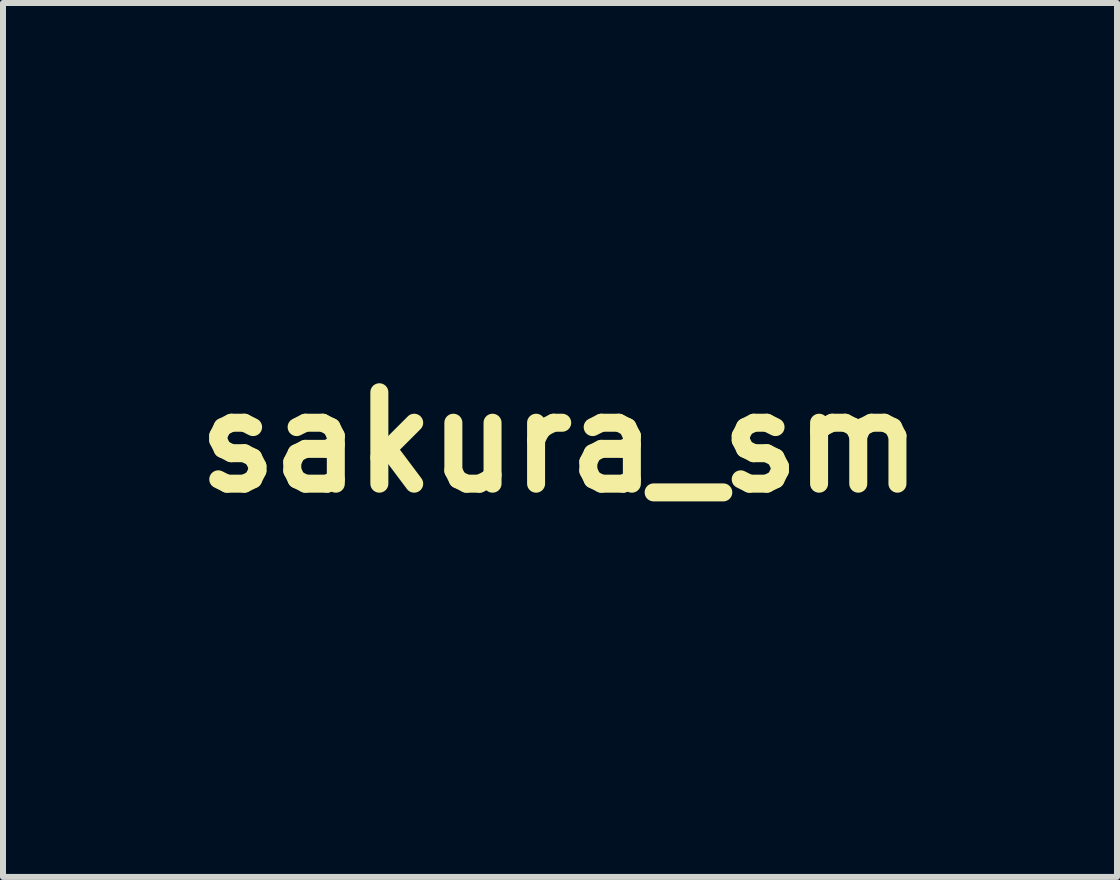
<source format=kicad_pcb>
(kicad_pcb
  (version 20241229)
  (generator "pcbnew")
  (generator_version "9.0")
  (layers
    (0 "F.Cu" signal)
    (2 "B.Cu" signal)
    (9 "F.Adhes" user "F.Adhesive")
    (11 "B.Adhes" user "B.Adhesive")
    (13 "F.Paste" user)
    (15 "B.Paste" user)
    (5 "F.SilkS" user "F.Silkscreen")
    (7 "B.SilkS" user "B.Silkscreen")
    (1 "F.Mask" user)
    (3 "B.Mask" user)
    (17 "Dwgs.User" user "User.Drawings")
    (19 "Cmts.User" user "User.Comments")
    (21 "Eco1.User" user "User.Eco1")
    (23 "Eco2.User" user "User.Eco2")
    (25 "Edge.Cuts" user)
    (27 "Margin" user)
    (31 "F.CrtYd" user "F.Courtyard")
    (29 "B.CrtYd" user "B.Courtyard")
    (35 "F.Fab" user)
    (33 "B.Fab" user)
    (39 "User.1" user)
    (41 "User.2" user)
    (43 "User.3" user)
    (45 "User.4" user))
  (footprint "sakura_sm"
    (layer "F.Cu")
    (at 6.285 4.323)
    (property "Reference" "sakura_sm" (at 0 0 0) (layer "F.SilkS") (effects (font (size 1.524 1.524) (thickness 0.3))))
    (attr through_hole)
    (fp_poly (pts (xy 2.236 0.692) (xy 2.259 0.7) (xy 2.267 0.712) (xy 2.266 0.724) (xy 2.253 0.729) (xy 2.23 0.73) (xy 2.204 0.728) (xy 2.187 0.723) (xy 2.185 0.721) (xy 2.186 0.708) (xy 2.201 0.697) (xy 2.224 0.691) (xy 2.236 0.692)) (stroke (width 0.01) (type solid)) (fill yes) (layer "F.Mask"))
    (fp_poly (pts (xy 3.886 -2.307) (xy 3.933 -2.284) (xy 3.981 -2.257) (xy 4.025 -2.227) (xy 4.063 -2.197) (xy 4.091 -2.17) (xy 4.107 -2.148) (xy 4.108 -2.141) (xy 4.1 -2.131) (xy 4.079 -2.13) (xy 4.05 -2.138) (xy 4.03 -2.146) (xy 4.008 -2.161) (xy 3.98 -2.184) (xy 3.949 -2.212) (xy 3.92 -2.242) (xy 3.896 -2.269) (xy 3.881 -2.29) (xy 3.878 -2.297) (xy 3.883 -2.308) (xy 3.886 -2.307)) (stroke (width 0.01) (type solid)) (fill yes) (layer "F.Mask"))
    (fp_poly (pts (xy 2.417 -3.402) (xy 2.422 -3.396) (xy 2.421 -3.371) (xy 2.401 -3.339) (xy 2.362 -3.301) (xy 2.351 -3.292) (xy 2.315 -3.265) (xy 2.288 -3.252) (xy 2.266 -3.252) (xy 2.242 -3.264) (xy 2.235 -3.269) (xy 2.214 -3.295) (xy 2.209 -3.323) (xy 2.21 -3.341) (xy 2.216 -3.353) (xy 2.23 -3.362) (xy 2.258 -3.371) (xy 2.277 -3.377) (xy 2.334 -3.393) (xy 2.374 -3.403) (xy 2.401 -3.406) (xy 2.417 -3.402)) (stroke (width 0.01) (type solid)) (fill yes) (layer "F.Mask"))
    (fp_poly (pts (xy 2.807 0.405) (xy 2.841 0.415) (xy 2.883 0.423) (xy 2.927 0.428) (xy 2.966 0.43) (xy 2.995 0.428) (xy 3 0.426) (xy 3.026 0.422) (xy 3.043 0.428) (xy 3.046 0.442) (xy 3.039 0.454) (xy 3.018 0.465) (xy 2.98 0.469) (xy 2.925 0.464) (xy 2.865 0.454) (xy 2.829 0.446) (xy 2.801 0.438) (xy 2.786 0.431) (xy 2.786 0.431) (xy 2.781 0.417) (xy 2.79 0.405) (xy 2.807 0.405) (xy 2.807 0.405)) (stroke (width 0.01) (type solid)) (fill yes) (layer "F.Mask"))
    (fp_poly (pts (xy 1.504 2.114) (xy 1.526 2.127) (xy 1.546 2.139) (xy 1.59 2.163) (xy 1.637 2.181) (xy 1.684 2.194) (xy 1.724 2.198) (xy 1.754 2.195) (xy 1.766 2.188) (xy 1.778 2.181) (xy 1.783 2.187) (xy 1.78 2.201) (xy 1.77 2.219) (xy 1.767 2.223) (xy 1.736 2.243) (xy 1.695 2.254) (xy 1.649 2.253) (xy 1.634 2.25) (xy 1.58 2.23) (xy 1.536 2.2) (xy 1.505 2.164) (xy 1.494 2.137) (xy 1.491 2.117) (xy 1.493 2.109) (xy 1.504 2.114)) (stroke (width 0.01) (type solid)) (fill yes) (layer "F.Mask"))
    (fp_poly (pts (xy 3.079 -3.222) (xy 3.085 -3.214) (xy 3.092 -3.2) (xy 3.089 -3.187) (xy 3.074 -3.169) (xy 3.066 -3.161) (xy 3.034 -3.129) (xy 2.997 -3.097) (xy 2.959 -3.067) (xy 2.925 -3.042) (xy 2.898 -3.025) (xy 2.882 -3.019) (xy 2.862 -3.026) (xy 2.84 -3.043) (xy 2.839 -3.044) (xy 2.815 -3.069) (xy 2.84 -3.095) (xy 2.869 -3.122) (xy 2.911 -3.152) (xy 2.957 -3.181) (xy 3.002 -3.205) (xy 3.026 -3.215) (xy 3.053 -3.225) (xy 3.069 -3.227) (xy 3.079 -3.222)) (stroke (width 0.01) (type solid)) (fill yes) (layer "F.Mask"))
    (fp_poly (pts (xy 4.177 -2.005) (xy 4.206 -1.996) (xy 4.242 -1.982) (xy 4.279 -1.967) (xy 4.313 -1.952) (xy 4.331 -1.943) (xy 4.367 -1.922) (xy 4.406 -1.897) (xy 4.444 -1.87) (xy 4.478 -1.844) (xy 4.503 -1.822) (xy 4.517 -1.806) (xy 4.518 -1.802) (xy 4.513 -1.796) (xy 4.496 -1.792) (xy 4.464 -1.79) (xy 4.415 -1.789) (xy 4.31 -1.789) (xy 4.271 -1.837) (xy 4.229 -1.89) (xy 4.196 -1.935) (xy 4.172 -1.971) (xy 4.16 -1.996) (xy 4.159 -2.008) (xy 4.162 -2.009) (xy 4.177 -2.005)) (stroke (width 0.01) (type solid)) (fill yes) (layer "F.Mask"))
    (fp_poly (pts (xy 1.09 -0.091) (xy 1.1 -0.075) (xy 1.106 -0.062) (xy 1.127 -0.033) (xy 1.155 -0.006) (xy 1.164 0.001) (xy 1.209 0.025) (xy 1.268 0.049) (xy 1.337 0.071) (xy 1.412 0.089) (xy 1.487 0.103) (xy 1.501 0.105) (xy 1.539 0.113) (xy 1.565 0.125) (xy 1.577 0.139) (xy 1.575 0.148) (xy 1.56 0.156) (xy 1.53 0.158) (xy 1.486 0.157) (xy 1.435 0.151) (xy 1.394 0.144) (xy 1.342 0.134) (xy 1.303 0.125) (xy 1.272 0.116) (xy 1.244 0.105) (xy 1.212 0.09) (xy 1.197 0.082) (xy 1.164 0.063) (xy 1.129 0.036) (xy 1.095 0.008) (xy 1.066 -0.021) (xy 1.046 -0.045) (xy 1.04 -0.06) (xy 1.047 -0.07) (xy 1.064 -0.084) (xy 1.08 -0.093) (xy 1.09 -0.091)) (stroke (width 0.01) (type solid)) (fill yes) (layer "F.Mask"))
    (fp_poly (pts (xy 3.002 -3.421) (xy 3.034 -3.417) (xy 3.051 -3.41) (xy 3.052 -3.403) (xy 3.045 -3.39) (xy 3.029 -3.37) (xy 3.003 -3.34) (xy 2.964 -3.3) (xy 2.913 -3.248) (xy 2.904 -3.239) (xy 2.857 -3.193) (xy 2.814 -3.152) (xy 2.778 -3.118) (xy 2.75 -3.094) (xy 2.733 -3.081) (xy 2.729 -3.08) (xy 2.712 -3.082) (xy 2.682 -3.089) (xy 2.646 -3.098) (xy 2.644 -3.098) (xy 2.559 -3.123) (xy 2.492 -3.148) (xy 2.446 -3.174) (xy 2.427 -3.19) (xy 2.406 -3.216) (xy 2.401 -3.237) (xy 2.412 -3.256) (xy 2.422 -3.266) (xy 2.46 -3.295) (xy 2.511 -3.322) (xy 2.576 -3.347) (xy 2.656 -3.371) (xy 2.754 -3.395) (xy 2.804 -3.405) (xy 2.855 -3.413) (xy 2.907 -3.419) (xy 2.958 -3.422) (xy 3.002 -3.421)) (stroke (width 0.01) (type solid)) (fill yes) (layer "F.Mask"))
    (fp_poly (pts (xy 3.472 -2.971) (xy 3.54 -2.957) (xy 3.583 -2.941) (xy 3.613 -2.926) (xy 3.589 -2.91) (xy 3.562 -2.889) (xy 3.533 -2.864) (xy 3.508 -2.838) (xy 3.49 -2.816) (xy 3.483 -2.802) (xy 3.483 -2.799) (xy 3.497 -2.792) (xy 3.519 -2.789) (xy 3.554 -2.784) (xy 3.582 -2.772) (xy 3.6 -2.756) (xy 3.603 -2.737) (xy 3.6 -2.732) (xy 3.587 -2.722) (xy 3.56 -2.706) (xy 3.523 -2.687) (xy 3.48 -2.666) (xy 3.435 -2.645) (xy 3.393 -2.627) (xy 3.357 -2.613) (xy 3.333 -2.605) (xy 3.329 -2.604) (xy 3.311 -2.604) (xy 3.296 -2.608) (xy 3.279 -2.619) (xy 3.255 -2.64) (xy 3.224 -2.672) (xy 3.182 -2.712) (xy 3.134 -2.754) (xy 3.088 -2.791) (xy 3.076 -2.799) (xy 3.043 -2.824) (xy 3.017 -2.847) (xy 3.001 -2.864) (xy 2.999 -2.87) (xy 3.004 -2.888) (xy 3.021 -2.904) (xy 3.05 -2.919) (xy 3.094 -2.932) (xy 3.154 -2.945) (xy 3.23 -2.958) (xy 3.317 -2.97) (xy 3.396 -2.975) (xy 3.472 -2.971)) (stroke (width 0.01) (type solid)) (fill yes) (layer "F.Mask"))
    (fp_poly (pts (xy 2.597 -0.095) (xy 2.596 -0.077) (xy 2.59 -0.045) (xy 2.578 0.003) (xy 2.575 0.013) (xy 2.567 0.056) (xy 2.561 0.111) (xy 2.559 0.162) (xy 2.561 0.219) (xy 2.569 0.266) (xy 2.585 0.306) (xy 2.611 0.346) (xy 2.65 0.39) (xy 2.682 0.422) (xy 2.761 0.498) (xy 2.754 0.542) (xy 2.737 0.604) (xy 2.705 0.674) (xy 2.66 0.748) (xy 2.604 0.821) (xy 2.551 0.882) (xy 2.514 0.914) (xy 2.485 0.928) (xy 2.46 0.925) (xy 2.451 0.918) (xy 2.442 0.905) (xy 2.442 0.89) (xy 2.451 0.871) (xy 2.472 0.844) (xy 2.506 0.806) (xy 2.511 0.801) (xy 2.565 0.739) (xy 2.611 0.679) (xy 2.646 0.625) (xy 2.668 0.579) (xy 2.675 0.554) (xy 2.677 0.532) (xy 2.674 0.514) (xy 2.664 0.495) (xy 2.643 0.47) (xy 2.632 0.457) (xy 2.577 0.384) (xy 2.541 0.311) (xy 2.53 0.275) (xy 2.523 0.232) (xy 2.52 0.178) (xy 2.521 0.119) (xy 2.525 0.064) (xy 2.533 0.025) (xy 2.546 -0.018) (xy 2.561 -0.056) (xy 2.576 -0.084) (xy 2.588 -0.099) (xy 2.591 -0.1) (xy 2.597 -0.095)) (stroke (width 0.01) (type solid)) (fill yes) (layer "F.Mask"))
    (fp_poly (pts (xy 1.468 -0.767) (xy 1.528 -0.759) (xy 1.545 -0.755) (xy 1.629 -0.726) (xy 1.708 -0.687) (xy 1.747 -0.661) (xy 1.789 -0.623) (xy 1.831 -0.572) (xy 1.868 -0.516) (xy 1.896 -0.461) (xy 1.899 -0.453) (xy 1.91 -0.422) (xy 1.914 -0.404) (xy 1.911 -0.393) (xy 1.903 -0.385) (xy 1.896 -0.378) (xy 1.891 -0.368) (xy 1.89 -0.35) (xy 1.891 -0.321) (xy 1.895 -0.277) (xy 1.897 -0.254) (xy 1.901 -0.204) (xy 1.903 -0.163) (xy 1.902 -0.136) (xy 1.9 -0.127) (xy 1.889 -0.127) (xy 1.874 -0.144) (xy 1.858 -0.179) (xy 1.84 -0.228) (xy 1.822 -0.29) (xy 1.809 -0.34) (xy 1.798 -0.38) (xy 1.786 -0.408) (xy 1.77 -0.431) (xy 1.745 -0.455) (xy 1.742 -0.458) (xy 1.701 -0.492) (xy 1.659 -0.52) (xy 1.62 -0.541) (xy 1.587 -0.553) (xy 1.563 -0.555) (xy 1.554 -0.55) (xy 1.556 -0.537) (xy 1.569 -0.515) (xy 1.579 -0.501) (xy 1.605 -0.463) (xy 1.627 -0.422) (xy 1.643 -0.384) (xy 1.649 -0.355) (xy 1.649 -0.354) (xy 1.644 -0.337) (xy 1.626 -0.322) (xy 1.592 -0.306) (xy 1.577 -0.3) (xy 1.556 -0.289) (xy 1.551 -0.273) (xy 1.561 -0.249) (xy 1.569 -0.235) (xy 1.583 -0.211) (xy 1.589 -0.191) (xy 1.589 -0.19) (xy 1.581 -0.167) (xy 1.56 -0.14) (xy 1.53 -0.111) (xy 1.495 -0.086) (xy 1.477 -0.076) (xy 1.448 -0.063) (xy 1.421 -0.055) (xy 1.388 -0.051) (xy 1.343 -0.05) (xy 1.334 -0.05) (xy 1.287 -0.051) (xy 1.252 -0.054) (xy 1.224 -0.062) (xy 1.196 -0.074) (xy 1.193 -0.075) (xy 1.155 -0.097) (xy 1.117 -0.124) (xy 1.102 -0.135) (xy 1.078 -0.154) (xy 1.063 -0.161) (xy 1.056 -0.156) (xy 1.056 -0.155) (xy 1.043 -0.142) (xy 1.035 -0.14) (xy 1.023 -0.148) (xy 1.02 -0.165) (xy 1.024 -0.185) (xy 1.035 -0.198) (xy 1.043 -0.204) (xy 1.046 -0.216) (xy 1.046 -0.238) (xy 1.043 -0.273) (xy 1.04 -0.296) (xy 1.036 -0.328) (xy 1.162 -0.328) (xy 1.165 -0.309) (xy 1.185 -0.251) (xy 1.218 -0.2) (xy 1.258 -0.162) (xy 1.265 -0.158) (xy 1.287 -0.145) (xy 1.303 -0.141) (xy 1.32 -0.147) (xy 1.338 -0.156) (xy 1.364 -0.173) (xy 1.37 -0.191) (xy 1.356 -0.206) (xy 1.324 -0.219) (xy 1.319 -0.22) (xy 1.275 -0.236) (xy 1.246 -0.262) (xy 1.232 -0.299) (xy 1.23 -0.336) (xy 1.228 -0.366) (xy 1.224 -0.388) (xy 1.221 -0.394) (xy 1.21 -0.391) (xy 1.191 -0.376) (xy 1.185 -0.37) (xy 1.167 -0.348) (xy 1.162 -0.328) (xy 1.036 -0.328) (xy 1.034 -0.343) (xy 1.027 -0.39) (xy 1.02 -0.428) (xy 1.019 -0.435) (xy 1.013 -0.465) (xy 1.279 -0.465) (xy 1.283 -0.446) (xy 1.295 -0.441) (xy 1.302 -0.442) (xy 1.321 -0.452) (xy 1.324 -0.465) (xy 1.316 -0.483) (xy 1.302 -0.488) (xy 1.285 -0.487) (xy 1.28 -0.473) (xy 1.279 -0.465) (xy 1.013 -0.465) (xy 1.012 -0.47) (xy 1.005 -0.502) (xy 1.003 -0.512) (xy 1.003 -0.534) (xy 1.014 -0.557) (xy 1.029 -0.576) (xy 1.054 -0.609) (xy 1.076 -0.647) (xy 1.08 -0.656) (xy 1.095 -0.684) (xy 1.11 -0.698) (xy 1.115 -0.7) (xy 1.126 -0.694) (xy 1.125 -0.68) (xy 1.123 -0.667) (xy 1.132 -0.661) (xy 1.155 -0.66) (xy 1.179 -0.662) (xy 1.188 -0.669) (xy 1.188 -0.677) (xy 1.176 -0.692) (xy 1.162 -0.698) (xy 1.143 -0.705) (xy 1.143 -0.706) (xy 1.396 -0.706) (xy 1.406 -0.702) (xy 1.414 -0.7) (xy 1.442 -0.697) (xy 1.462 -0.699) (xy 1.469 -0.706) (xy 1.461 -0.708) (xy 1.438 -0.709) (xy 1.427 -0.709) (xy 1.402 -0.708) (xy 1.396 -0.706) (xy 1.143 -0.706) (xy 1.143 -0.717) (xy 1.16 -0.73) (xy 1.204 -0.747) (xy 1.262 -0.759) (xy 1.329 -0.767) (xy 1.4 -0.77) (xy 1.468 -0.767)) (stroke (width 0.01) (type solid)) (fill yes) (layer "F.Mask"))
    (fp_poly (pts (xy 1.503 0.82) (xy 1.508 0.834) (xy 1.501 0.862) (xy 1.5 0.864) (xy 1.495 0.894) (xy 1.508 0.913) (xy 1.536 0.92) (xy 1.538 0.92) (xy 1.56 0.922) (xy 1.595 0.926) (xy 1.637 0.933) (xy 1.649 0.935) (xy 1.713 0.946) (xy 1.779 0.958) (xy 1.844 0.97) (xy 1.904 0.981) (xy 1.953 0.991) (xy 1.988 0.998) (xy 1.994 0.999) (xy 2.167 1.037) (xy 2.179 1.039) (xy 2.219 1.048) (xy 2.258 1.056) (xy 2.274 1.06) (xy 2.304 1.066) (xy 2.345 1.075) (xy 2.388 1.085) (xy 2.389 1.085) (xy 2.428 1.094) (xy 2.46 1.101) (xy 2.48 1.106) (xy 2.482 1.106) (xy 2.497 1.117) (xy 2.496 1.136) (xy 2.478 1.161) (xy 2.452 1.185) (xy 2.381 1.249) (xy 2.307 1.329) (xy 2.234 1.419) (xy 2.164 1.518) (xy 2.1 1.62) (xy 2.061 1.689) (xy 2.004 1.793) (xy 1.951 1.878) (xy 1.901 1.944) (xy 1.854 1.992) (xy 1.842 2.002) (xy 1.797 2.024) (xy 1.745 2.03) (xy 1.69 2.021) (xy 1.649 2.004) (xy 1.59 1.96) (xy 1.535 1.898) (xy 1.487 1.818) (xy 1.444 1.719) (xy 1.406 1.601) (xy 1.373 1.464) (xy 1.364 1.418) (xy 1.356 1.362) (xy 1.349 1.306) (xy 1.41 1.306) (xy 1.412 1.337) (xy 1.419 1.368) (xy 1.426 1.399) (xy 1.435 1.438) (xy 1.44 1.464) (xy 1.467 1.581) (xy 1.499 1.684) (xy 1.535 1.774) (xy 1.575 1.848) (xy 1.617 1.906) (xy 1.661 1.946) (xy 1.705 1.967) (xy 1.74 1.975) (xy 1.766 1.977) (xy 1.79 1.971) (xy 1.815 1.96) (xy 1.861 1.929) (xy 1.901 1.879) (xy 1.922 1.839) (xy 1.943 1.791) (xy 1.956 1.758) (xy 1.962 1.736) (xy 1.963 1.723) (xy 1.959 1.714) (xy 1.955 1.699) (xy 1.956 1.669) (xy 1.964 1.622) (xy 1.966 1.615) (xy 1.974 1.568) (xy 1.976 1.537) (xy 1.97 1.518) (xy 1.955 1.509) (xy 1.929 1.506) (xy 1.917 1.505) (xy 1.874 1.504) (xy 1.869 1.634) (xy 1.867 1.689) (xy 1.864 1.726) (xy 1.86 1.749) (xy 1.856 1.761) (xy 1.849 1.764) (xy 1.842 1.76) (xy 1.836 1.746) (xy 1.832 1.719) (xy 1.828 1.675) (xy 1.828 1.663) (xy 1.815 1.573) (xy 1.791 1.496) (xy 1.756 1.434) (xy 1.71 1.388) (xy 1.654 1.357) (xy 1.627 1.35) (xy 1.588 1.344) (xy 1.567 1.349) (xy 1.563 1.363) (xy 1.568 1.378) (xy 1.579 1.401) (xy 1.577 1.41) (xy 1.563 1.404) (xy 1.536 1.382) (xy 1.502 1.349) (xy 1.463 1.314) (xy 1.434 1.295) (xy 1.417 1.292) (xy 1.41 1.306) (xy 1.349 1.306) (xy 1.349 1.302) (xy 1.342 1.241) (xy 1.337 1.182) (xy 1.334 1.131) (xy 1.333 1.089) (xy 1.334 1.062) (xy 1.335 1.056) (xy 1.335 1.04) (xy 1.331 1.036) (xy 1.322 1.039) (xy 1.316 1.051) (xy 1.305 1.067) (xy 1.293 1.068) (xy 1.282 1.062) (xy 1.277 1.049) (xy 1.277 1.023) (xy 1.278 1.01) (xy 1.28 1.001) (xy 1.391 1.001) (xy 1.395 1.025) (xy 1.418 1.049) (xy 1.423 1.053) (xy 1.48 1.089) (xy 1.555 1.124) (xy 1.648 1.158) (xy 1.756 1.191) (xy 1.878 1.222) (xy 2.013 1.25) (xy 2.119 1.269) (xy 2.163 1.276) (xy 2.193 1.278) (xy 2.216 1.275) (xy 2.234 1.27) (xy 2.257 1.256) (xy 2.284 1.234) (xy 2.312 1.208) (xy 2.336 1.18) (xy 2.352 1.157) (xy 2.357 1.142) (xy 2.345 1.127) (xy 2.319 1.118) (xy 2.296 1.114) (xy 2.258 1.106) (xy 2.211 1.096) (xy 2.164 1.085) (xy 2.049 1.061) (xy 1.931 1.037) (xy 1.814 1.014) (xy 1.702 0.994) (xy 1.6 0.978) (xy 1.512 0.965) (xy 1.486 0.961) (xy 1.45 0.957) (xy 1.428 0.957) (xy 1.414 0.962) (xy 1.405 0.972) (xy 1.404 0.973) (xy 1.391 1.001) (xy 1.28 1.001) (xy 1.291 0.95) (xy 1.321 0.901) (xy 1.368 0.861) (xy 1.433 0.831) (xy 1.448 0.826) (xy 1.483 0.818) (xy 1.503 0.82)) (stroke (width 0.01) (type solid)) (fill yes) (layer "F.Mask"))
    (fp_poly (pts (xy 1.565 -4.316) (xy 1.568 -4.303) (xy 1.566 -4.286) (xy 1.564 -4.268) (xy 1.562 -4.232) (xy 1.56 -4.183) (xy 1.558 -4.122) (xy 1.556 -4.052) (xy 1.554 -3.976) (xy 1.553 -3.957) (xy 1.546 -3.66) (xy 1.573 -3.636) (xy 1.596 -3.621) (xy 1.63 -3.604) (xy 1.67 -3.589) (xy 1.671 -3.589) (xy 1.742 -3.566) (xy 1.813 -3.589) (xy 1.852 -3.601) (xy 1.886 -3.612) (xy 1.909 -3.619) (xy 1.909 -3.619) (xy 1.929 -3.625) (xy 1.963 -3.634) (xy 2.006 -3.645) (xy 2.039 -3.653) (xy 2.086 -3.665) (xy 2.13 -3.676) (xy 2.164 -3.685) (xy 2.179 -3.688) (xy 2.211 -3.696) (xy 2.249 -3.705) (xy 2.264 -3.709) (xy 2.302 -3.717) (xy 2.338 -3.726) (xy 2.349 -3.729) (xy 2.376 -3.735) (xy 2.415 -3.744) (xy 2.457 -3.753) (xy 2.459 -3.754) (xy 2.505 -3.767) (xy 2.562 -3.789) (xy 2.628 -3.818) (xy 2.699 -3.853) (xy 2.773 -3.891) (xy 2.846 -3.932) (xy 2.914 -3.972) (xy 2.975 -4.011) (xy 3.026 -4.047) (xy 3.064 -4.077) (xy 3.078 -4.092) (xy 3.094 -4.105) (xy 3.11 -4.108) (xy 3.119 -4.099) (xy 3.119 -4.097) (xy 3.113 -4.085) (xy 3.097 -4.06) (xy 3.073 -4.024) (xy 3.042 -3.981) (xy 3.008 -3.934) (xy 2.971 -3.886) (xy 2.934 -3.838) (xy 2.915 -3.813) (xy 2.89 -3.781) (xy 2.871 -3.755) (xy 2.86 -3.738) (xy 2.859 -3.735) (xy 2.868 -3.731) (xy 2.893 -3.73) (xy 2.929 -3.731) (xy 2.972 -3.733) (xy 3.018 -3.737) (xy 3.063 -3.742) (xy 3.102 -3.748) (xy 3.109 -3.749) (xy 3.151 -3.758) (xy 3.201 -3.769) (xy 3.254 -3.781) (xy 3.306 -3.792) (xy 3.352 -3.803) (xy 3.388 -3.812) (xy 3.409 -3.818) (xy 3.434 -3.826) (xy 3.467 -3.836) (xy 3.479 -3.839) (xy 3.523 -3.852) (xy 3.578 -3.87) (xy 3.64 -3.89) (xy 3.704 -3.911) (xy 3.765 -3.932) (xy 3.817 -3.951) (xy 3.856 -3.966) (xy 3.863 -3.969) (xy 3.936 -3.998) (xy 3.998 -4.021) (xy 4.05 -4.039) (xy 4.088 -4.05) (xy 4.111 -4.055) (xy 4.118 -4.052) (xy 4.112 -4.039) (xy 4.096 -4.014) (xy 4.072 -3.981) (xy 4.042 -3.941) (xy 4.034 -3.931) (xy 4.004 -3.892) (xy 3.979 -3.857) (xy 3.962 -3.832) (xy 3.955 -3.818) (xy 3.955 -3.816) (xy 3.965 -3.817) (xy 3.986 -3.827) (xy 4.002 -3.837) (xy 4.03 -3.856) (xy 4.07 -3.881) (xy 4.118 -3.911) (xy 4.168 -3.942) (xy 4.217 -3.971) (xy 4.258 -3.995) (xy 4.27 -4.002) (xy 4.3 -4.016) (xy 4.316 -4.016) (xy 4.317 -4.002) (xy 4.304 -3.976) (xy 4.281 -3.943) (xy 4.257 -3.911) (xy 4.228 -3.875) (xy 4.2 -3.84) (xy 4.175 -3.809) (xy 4.156 -3.787) (xy 4.149 -3.779) (xy 4.14 -3.769) (xy 4.122 -3.749) (xy 4.095 -3.719) (xy 4.064 -3.684) (xy 4.064 -3.684) (xy 4.023 -3.638) (xy 3.975 -3.586) (xy 3.926 -3.534) (xy 3.893 -3.499) (xy 3.83 -3.434) (xy 3.781 -3.382) (xy 3.743 -3.341) (xy 3.715 -3.31) (xy 3.696 -3.288) (xy 3.684 -3.273) (xy 3.679 -3.264) (xy 3.679 -3.261) (xy 3.68 -3.25) (xy 3.681 -3.249) (xy 3.692 -3.246) (xy 3.715 -3.238) (xy 3.743 -3.228) (xy 3.795 -3.213) (xy 3.863 -3.196) (xy 3.943 -3.18) (xy 4.031 -3.165) (xy 4.123 -3.151) (xy 4.215 -3.138) (xy 4.302 -3.129) (xy 4.382 -3.122) (xy 4.449 -3.119) (xy 4.461 -3.119) (xy 4.503 -3.118) (xy 4.528 -3.114) (xy 4.538 -3.108) (xy 4.538 -3.106) (xy 4.53 -3.095) (xy 4.509 -3.077) (xy 4.48 -3.055) (xy 4.471 -3.049) (xy 4.401 -3.001) (xy 4.329 -2.951) (xy 4.256 -2.898) (xy 4.186 -2.847) (xy 4.12 -2.797) (xy 4.061 -2.751) (xy 4.012 -2.712) (xy 3.974 -2.679) (xy 3.951 -2.658) (xy 3.938 -2.638) (xy 3.936 -2.624) (xy 3.936 -2.623) (xy 3.951 -2.616) (xy 3.983 -2.608) (xy 4.028 -2.602) (xy 4.085 -2.597) (xy 4.15 -2.592) (xy 4.22 -2.59) (xy 4.282 -2.589) (xy 4.343 -2.589) (xy 4.386 -2.588) (xy 4.415 -2.586) (xy 4.431 -2.582) (xy 4.438 -2.577) (xy 4.438 -2.575) (xy 4.429 -2.564) (xy 4.406 -2.552) (xy 4.386 -2.545) (xy 4.348 -2.533) (xy 4.31 -2.522) (xy 4.296 -2.517) (xy 4.272 -2.507) (xy 4.259 -2.497) (xy 4.259 -2.495) (xy 4.268 -2.48) (xy 4.293 -2.459) (xy 4.334 -2.431) (xy 4.387 -2.4) (xy 4.451 -2.364) (xy 4.453 -2.363) (xy 4.54 -2.316) (xy 4.615 -2.272) (xy 4.682 -2.227) (xy 4.748 -2.178) (xy 4.803 -2.134) (xy 4.843 -2.1) (xy 4.886 -2.061) (xy 4.929 -2.021) (xy 4.97 -1.981) (xy 5.007 -1.945) (xy 5.037 -1.913) (xy 5.057 -1.889) (xy 5.066 -1.876) (xy 5.066 -1.873) (xy 5.055 -1.875) (xy 5.03 -1.883) (xy 4.997 -1.897) (xy 4.987 -1.902) (xy 4.934 -1.926) (xy 4.896 -1.943) (xy 4.872 -1.953) (xy 4.857 -1.956) (xy 4.851 -1.955) (xy 4.851 -1.955) (xy 4.853 -1.945) (xy 4.863 -1.92) (xy 4.879 -1.885) (xy 4.899 -1.841) (xy 4.906 -1.827) (xy 4.944 -1.748) (xy 4.978 -1.673) (xy 5.006 -1.606) (xy 5.029 -1.547) (xy 5.046 -1.5) (xy 5.055 -1.465) (xy 5.057 -1.444) (xy 5.053 -1.439) (xy 5.042 -1.445) (xy 5.02 -1.458) (xy 4.991 -1.477) (xy 4.99 -1.478) (xy 4.89 -1.539) (xy 4.795 -1.583) (xy 4.709 -1.61) (xy 4.629 -1.619) (xy 4.629 -1.619) (xy 4.597 -1.618) (xy 4.575 -1.614) (xy 4.568 -1.61) (xy 4.576 -1.601) (xy 4.597 -1.583) (xy 4.627 -1.559) (xy 4.656 -1.538) (xy 4.713 -1.494) (xy 4.77 -1.445) (xy 4.822 -1.395) (xy 4.866 -1.347) (xy 4.9 -1.304) (xy 4.916 -1.276) (xy 4.931 -1.241) (xy 4.938 -1.214) (xy 4.936 -1.201) (xy 4.933 -1.2) (xy 4.923 -1.205) (xy 4.9 -1.218) (xy 4.869 -1.237) (xy 4.856 -1.246) (xy 4.819 -1.268) (xy 4.776 -1.293) (xy 4.731 -1.318) (xy 4.686 -1.341) (xy 4.647 -1.36) (xy 4.617 -1.374) (xy 4.599 -1.379) (xy 4.599 -1.379) (xy 4.591 -1.377) (xy 4.59 -1.368) (xy 4.596 -1.35) (xy 4.609 -1.321) (xy 4.631 -1.278) (xy 4.653 -1.233) (xy 4.679 -1.178) (xy 4.705 -1.12) (xy 4.723 -1.08) (xy 4.742 -1.034) (xy 4.759 -0.993) (xy 4.772 -0.962) (xy 4.779 -0.945) (xy 4.779 -0.945) (xy 4.79 -0.916) (xy 4.805 -0.874) (xy 4.822 -0.821) (xy 4.84 -0.764) (xy 4.857 -0.707) (xy 4.873 -0.655) (xy 4.883 -0.618) (xy 4.894 -0.575) (xy 4.904 -0.538) (xy 4.911 -0.511) (xy 4.913 -0.503) (xy 4.913 -0.484) (xy 4.904 -0.472) (xy 4.889 -0.475) (xy 4.887 -0.477) (xy 4.88 -0.49) (xy 4.868 -0.518) (xy 4.854 -0.556) (xy 4.842 -0.591) (xy 4.827 -0.636) (xy 4.813 -0.675) (xy 4.803 -0.705) (xy 4.798 -0.717) (xy 4.786 -0.746) (xy 4.779 -0.762) (xy 4.747 -0.838) (xy 4.708 -0.921) (xy 4.666 -1.005) (xy 4.624 -1.081) (xy 4.6 -1.123) (xy 4.57 -1.17) (xy 4.533 -1.223) (xy 4.493 -1.277) (xy 4.454 -1.328) (xy 4.418 -1.372) (xy 4.389 -1.404) (xy 4.383 -1.409) (xy 4.362 -1.429) (xy 4.352 -1.436) (xy 4.351 -1.43) (xy 4.353 -1.419) (xy 4.365 -1.392) (xy 4.378 -1.369) (xy 4.391 -1.348) (xy 4.409 -1.314) (xy 4.432 -1.27) (xy 4.455 -1.222) (xy 4.478 -1.174) (xy 4.498 -1.131) (xy 4.512 -1.1) (xy 4.524 -1.068) (xy 4.536 -1.042) (xy 4.539 -1.035) (xy 4.557 -0.99) (xy 4.577 -0.93) (xy 4.598 -0.858) (xy 4.619 -0.781) (xy 4.638 -0.701) (xy 4.655 -0.623) (xy 4.66 -0.595) (xy 4.666 -0.554) (xy 4.67 -0.498) (xy 4.673 -0.433) (xy 4.675 -0.363) (xy 4.676 -0.292) (xy 4.675 -0.227) (xy 4.673 -0.172) (xy 4.669 -0.131) (xy 4.669 -0.13) (xy 4.656 -0.048) (xy 4.646 0.017) (xy 4.638 0.066) (xy 4.631 0.102) (xy 4.626 0.127) (xy 4.622 0.142) (xy 4.617 0.151) (xy 4.613 0.154) (xy 4.607 0.155) (xy 4.603 0.155) (xy 4.593 0.153) (xy 4.586 0.143) (xy 4.581 0.122) (xy 4.577 0.086) (xy 4.576 0.078) (xy 4.569 0.024) (xy 4.556 -0.037) (xy 4.541 -0.098) (xy 4.525 -0.15) (xy 4.519 -0.165) (xy 4.51 -0.186) (xy 4.497 -0.216) (xy 4.492 -0.229) (xy 4.475 -0.265) (xy 4.455 -0.301) (xy 4.436 -0.332) (xy 4.419 -0.353) (xy 4.408 -0.36) (xy 4.404 -0.35) (xy 4.4 -0.322) (xy 4.398 -0.278) (xy 4.398 -0.232) (xy 4.396 -0.158) (xy 4.394 -0.102) (xy 4.39 -0.061) (xy 4.384 -0.034) (xy 4.375 -0.019) (xy 4.364 -0.012) (xy 4.363 -0.012) (xy 4.352 -0.013) (xy 4.343 -0.023) (xy 4.337 -0.046) (xy 4.331 -0.072) (xy 4.312 -0.139) (xy 4.279 -0.213) (xy 4.236 -0.29) (xy 4.193 -0.352) (xy 4.16 -0.395) (xy 4.137 -0.422) (xy 4.122 -0.433) (xy 4.114 -0.429) (xy 4.111 -0.409) (xy 4.113 -0.375) (xy 4.113 -0.373) (xy 4.118 -0.326) (xy 4.124 -0.272) (xy 4.129 -0.23) (xy 4.134 -0.174) (xy 4.138 -0.111) (xy 4.139 -0.047) (xy 4.138 0.017) (xy 4.136 0.078) (xy 4.132 0.13) (xy 4.127 0.173) (xy 4.12 0.202) (xy 4.112 0.214) (xy 4.104 0.216) (xy 4.098 0.213) (xy 4.094 0.203) (xy 4.09 0.181) (xy 4.086 0.147) (xy 4.081 0.096) (xy 4.08 0.077) (xy 4.073 0.022) (xy 4.065 -0.035) (xy 4.055 -0.085) (xy 4.048 -0.113) (xy 4.032 -0.159) (xy 4.012 -0.208) (xy 3.989 -0.257) (xy 3.965 -0.302) (xy 3.941 -0.34) (xy 3.92 -0.37) (xy 3.903 -0.386) (xy 3.892 -0.387) (xy 3.889 -0.374) (xy 3.884 -0.346) (xy 3.88 -0.308) (xy 3.878 -0.277) (xy 3.869 -0.178) (xy 3.86 -0.097) (xy 3.849 -0.034) (xy 3.836 0.011) (xy 3.823 0.038) (xy 3.808 0.045) (xy 3.793 0.034) (xy 3.784 0.018) (xy 3.768 -0.011) (xy 3.747 -0.051) (xy 3.724 -0.096) (xy 3.701 -0.144) (xy 3.679 -0.189) (xy 3.66 -0.228) (xy 3.647 -0.257) (xy 3.647 -0.257) (xy 3.636 -0.279) (xy 3.627 -0.29) (xy 3.626 -0.29) (xy 3.62 -0.281) (xy 3.619 -0.258) (xy 3.623 -0.227) (xy 3.628 -0.201) (xy 3.634 -0.177) (xy 3.644 -0.14) (xy 3.656 -0.093) (xy 3.669 -0.042) (xy 3.669 -0.04) (xy 3.69 0.038) (xy 3.714 0.115) (xy 3.738 0.185) (xy 3.762 0.247) (xy 3.785 0.294) (xy 3.795 0.312) (xy 3.813 0.347) (xy 3.817 0.368) (xy 3.807 0.375) (xy 3.785 0.368) (xy 3.756 0.347) (xy 3.722 0.321) (xy 3.681 0.291) (xy 3.636 0.26) (xy 3.591 0.229) (xy 3.547 0.201) (xy 3.509 0.177) (xy 3.479 0.159) (xy 3.459 0.149) (xy 3.454 0.149) (xy 3.45 0.161) (xy 3.442 0.19) (xy 3.432 0.23) (xy 3.421 0.278) (xy 3.418 0.291) (xy 3.403 0.354) (xy 3.391 0.402) (xy 3.382 0.44) (xy 3.373 0.473) (xy 3.364 0.506) (xy 3.359 0.525) (xy 3.349 0.559) (xy 3.34 0.592) (xy 3.325 0.644) (xy 3.307 0.702) (xy 3.289 0.759) (xy 3.272 0.809) (xy 3.259 0.845) (xy 3.208 0.971) (xy 3.161 1.08) (xy 3.117 1.175) (xy 3.075 1.259) (xy 3.032 1.334) (xy 2.987 1.403) (xy 2.939 1.468) (xy 2.886 1.532) (xy 2.827 1.597) (xy 2.805 1.619) (xy 2.679 1.749) (xy 2.561 1.87) (xy 2.45 1.982) (xy 2.348 2.084) (xy 2.255 2.176) (xy 2.172 2.256) (xy 2.099 2.325) (xy 2.037 2.381) (xy 1.987 2.424) (xy 1.949 2.454) (xy 1.937 2.462) (xy 1.918 2.477) (xy 1.909 2.488) (xy 1.909 2.489) (xy 1.917 2.498) (xy 1.938 2.514) (xy 1.967 2.532) (xy 1.995 2.549) (xy 2.036 2.574) (xy 2.084 2.605) (xy 2.137 2.639) (xy 2.169 2.659) (xy 2.237 2.702) (xy 2.291 2.733) (xy 2.332 2.752) (xy 2.358 2.761) (xy 2.415 2.78) (xy 2.476 2.815) (xy 2.539 2.866) (xy 2.57 2.896) (xy 2.607 2.932) (xy 2.635 2.952) (xy 2.656 2.959) (xy 2.656 2.959) (xy 2.685 2.965) (xy 2.726 2.981) (xy 2.773 3.006) (xy 2.825 3.037) (xy 2.875 3.071) (xy 2.889 3.082) (xy 2.931 3.113) (xy 2.981 3.15) (xy 3.033 3.186) (xy 3.059 3.203) (xy 3.099 3.231) (xy 3.135 3.256) (xy 3.162 3.276) (xy 3.174 3.286) (xy 3.24 3.342) (xy 3.297 3.386) (xy 3.349 3.42) (xy 3.389 3.443) (xy 3.484 3.496) (xy 3.575 3.558) (xy 3.661 3.626) (xy 3.737 3.696) (xy 3.799 3.767) (xy 3.838 3.823) (xy 3.861 3.859) (xy 3.885 3.893) (xy 3.9 3.914) (xy 3.916 3.94) (xy 3.935 3.977) (xy 3.955 4.019) (xy 3.959 4.029) (xy 3.975 4.068) (xy 3.987 4.092) (xy 3.997 4.103) (xy 4.007 4.105) (xy 4.012 4.104) (xy 4.056 4.094) (xy 4.114 4.084) (xy 4.18 4.077) (xy 4.233 4.072) (xy 4.267 4.071) (xy 4.296 4.071) (xy 4.325 4.073) (xy 4.357 4.078) (xy 4.398 4.087) (xy 4.45 4.1) (xy 4.498 4.112) (xy 4.582 4.134) (xy 4.652 4.152) (xy 4.711 4.168) (xy 4.765 4.182) (xy 4.819 4.197) (xy 4.828 4.2) (xy 4.859 4.208) (xy 4.885 4.215) (xy 4.886 4.215) (xy 4.903 4.223) (xy 4.908 4.23) (xy 4.898 4.234) (xy 4.871 4.236) (xy 4.828 4.237) (xy 4.771 4.236) (xy 4.766 4.236) (xy 4.697 4.233) (xy 4.643 4.228) (xy 4.598 4.221) (xy 4.557 4.211) (xy 4.548 4.209) (xy 4.468 4.186) (xy 4.402 4.169) (xy 4.347 4.158) (xy 4.298 4.152) (xy 4.25 4.151) (xy 4.208 4.153) (xy 4.14 4.159) (xy 4.079 4.168) (xy 4.03 4.18) (xy 3.994 4.193) (xy 3.98 4.203) (xy 3.973 4.212) (xy 3.977 4.216) (xy 3.996 4.218) (xy 4.017 4.218) (xy 4.048 4.22) (xy 4.063 4.225) (xy 4.063 4.228) (xy 4.052 4.231) (xy 4.024 4.233) (xy 3.98 4.235) (xy 3.924 4.236) (xy 3.858 4.237) (xy 3.785 4.238) (xy 3.706 4.239) (xy 3.624 4.239) (xy 3.542 4.239) (xy 3.462 4.238) (xy 3.386 4.237) (xy 3.318 4.236) (xy 3.258 4.235) (xy 3.211 4.233) (xy 3.177 4.231) (xy 3.16 4.228) (xy 3.159 4.227) (xy 3.164 4.21) (xy 3.177 4.181) (xy 3.197 4.145) (xy 3.219 4.105) (xy 3.243 4.068) (xy 3.264 4.036) (xy 3.267 4.034) (xy 3.318 3.982) (xy 3.361 3.955) (xy 3.418 3.926) (xy 3.398 3.898) (xy 3.376 3.871) (xy 3.346 3.841) (xy 3.313 3.812) (xy 3.281 3.786) (xy 3.254 3.767) (xy 3.235 3.759) (xy 3.234 3.759) (xy 3.184 3.766) (xy 3.131 3.787) (xy 3.08 3.818) (xy 3.061 3.833) (xy 3.014 3.886) (xy 2.974 3.952) (xy 2.941 4.034) (xy 2.923 4.093) (xy 2.912 4.138) (xy 2.905 4.167) (xy 2.904 4.186) (xy 2.906 4.198) (xy 2.913 4.208) (xy 2.925 4.224) (xy 2.929 4.232) (xy 2.92 4.236) (xy 2.895 4.238) (xy 2.861 4.239) (xy 2.821 4.238) (xy 2.78 4.236) (xy 2.743 4.232) (xy 2.715 4.228) (xy 2.703 4.224) (xy 2.614 4.183) (xy 2.537 4.153) (xy 2.466 4.131) (xy 2.399 4.118) (xy 2.329 4.111) (xy 2.274 4.11) (xy 2.217 4.108) (xy 2.174 4.105) (xy 2.136 4.098) (xy 2.097 4.087) (xy 2.092 4.085) (xy 2.021 4.058) (xy 1.961 4.026) (xy 1.944 4.013) (xy 2.149 4.013) (xy 2.153 4.022) (xy 2.169 4.027) (xy 2.199 4.028) (xy 2.214 4.028) (xy 2.251 4.027) (xy 2.271 4.024) (xy 2.279 4.017) (xy 2.279 4.015) (xy 2.489 4.015) (xy 2.497 4.028) (xy 2.517 4.037) (xy 2.525 4.038) (xy 2.54 4.032) (xy 2.547 4.026) (xy 2.554 4.011) (xy 2.558 3.986) (xy 2.559 3.96) (xy 2.556 3.938) (xy 2.549 3.928) (xy 2.549 3.928) (xy 2.542 3.937) (xy 2.539 3.959) (xy 2.539 3.963) (xy 2.537 3.987) (xy 2.529 3.997) (xy 2.514 3.998) (xy 2.494 4.003) (xy 2.489 4.015) (xy 2.279 4.015) (xy 2.279 4.013) (xy 2.275 4.005) (xy 2.259 4) (xy 2.229 3.999) (xy 2.214 3.998) (xy 2.178 3.999) (xy 2.157 4.003) (xy 2.15 4.01) (xy 2.149 4.013) (xy 1.944 4.013) (xy 1.908 3.986) (xy 1.859 3.937) (xy 1.813 3.876) (xy 1.765 3.799) (xy 1.735 3.744) (xy 1.699 3.679) (xy 1.671 3.631) (xy 1.649 3.599) (xy 1.646 3.597) (xy 1.78 3.597) (xy 1.787 3.61) (xy 1.798 3.619) (xy 1.814 3.637) (xy 1.816 3.659) (xy 1.814 3.67) (xy 1.811 3.691) (xy 1.816 3.697) (xy 1.821 3.696) (xy 1.83 3.684) (xy 1.835 3.666) (xy 1.878 3.666) (xy 1.881 3.691) (xy 1.891 3.717) (xy 1.902 3.745) (xy 1.904 3.761) (xy 1.899 3.771) (xy 1.895 3.774) (xy 1.888 3.783) (xy 1.889 3.795) (xy 1.9 3.818) (xy 1.907 3.831) (xy 1.951 3.892) (xy 2.006 3.953) (xy 2.038 3.981) (xy 2.067 4.001) (xy 2.086 4.004) (xy 2.096 3.991) (xy 2.091 3.981) (xy 2.077 3.975) (xy 2.057 3.964) (xy 2.029 3.943) (xy 2.02 3.935) (xy 2.161 3.935) (xy 2.163 3.945) (xy 2.171 3.956) (xy 2.181 3.95) (xy 2.188 3.936) (xy 2.181 3.927) (xy 2.168 3.92) (xy 2.163 3.921) (xy 2.161 3.935) (xy 2.02 3.935) (xy 1.998 3.914) (xy 1.966 3.882) (xy 1.939 3.851) (xy 1.936 3.848) (xy 2.035 3.848) (xy 2.04 3.88) (xy 2.043 3.887) (xy 2.05 3.896) (xy 2.058 3.895) (xy 2.074 3.883) (xy 2.077 3.88) (xy 2.093 3.855) (xy 2.096 3.828) (xy 2.097 3.804) (xy 2.106 3.793) (xy 2.117 3.79) (xy 2.133 3.785) (xy 2.137 3.773) (xy 2.134 3.755) (xy 2.13 3.742) (xy 2.169 3.742) (xy 2.178 3.756) (xy 2.194 3.759) (xy 2.213 3.755) (xy 2.219 3.749) (xy 2.212 3.739) (xy 2.21 3.739) (xy 2.193 3.735) (xy 2.185 3.732) (xy 2.172 3.733) (xy 2.169 3.742) (xy 2.13 3.742) (xy 2.128 3.731) (xy 2.123 3.716) (xy 2.122 3.716) (xy 2.111 3.709) (xy 2.1 3.715) (xy 2.099 3.721) (xy 2.093 3.736) (xy 2.078 3.759) (xy 2.068 3.772) (xy 2.045 3.81) (xy 2.035 3.848) (xy 1.936 3.848) (xy 1.918 3.824) (xy 1.909 3.805) (xy 1.909 3.803) (xy 1.915 3.79) (xy 1.928 3.793) (xy 1.937 3.801) (xy 1.953 3.807) (xy 1.966 3.797) (xy 1.974 3.777) (xy 1.973 3.751) (xy 1.964 3.727) (xy 1.947 3.718) (xy 1.941 3.717) (xy 1.921 3.709) (xy 1.911 3.696) (xy 1.912 3.688) (xy 2.247 3.688) (xy 2.249 3.707) (xy 2.256 3.727) (xy 2.269 3.75) (xy 2.284 3.755) (xy 2.287 3.755) (xy 2.31 3.748) (xy 2.332 3.743) (xy 2.354 3.734) (xy 2.357 3.725) (xy 2.342 3.719) (xy 2.327 3.719) (xy 2.294 3.711) (xy 2.273 3.698) (xy 2.255 3.685) (xy 2.247 3.688) (xy 1.912 3.688) (xy 1.913 3.684) (xy 1.928 3.679) (xy 1.929 3.679) (xy 1.946 3.674) (xy 1.947 3.661) (xy 1.937 3.648) (xy 1.915 3.646) (xy 1.889 3.651) (xy 1.878 3.666) (xy 1.835 3.666) (xy 1.837 3.659) (xy 1.837 3.652) (xy 1.837 3.625) (xy 1.83 3.61) (xy 1.813 3.6) (xy 1.79 3.593) (xy 1.78 3.597) (xy 1.646 3.597) (xy 1.632 3.581) (xy 1.619 3.577) (xy 1.614 3.579) (xy 1.601 3.598) (xy 1.599 3.608) (xy 1.596 3.636) (xy 1.587 3.679) (xy 1.574 3.734) (xy 1.556 3.797) (xy 1.536 3.866) (xy 1.515 3.937) (xy 1.493 4.006) (xy 1.471 4.07) (xy 1.45 4.125) (xy 1.432 4.168) (xy 1.43 4.173) (xy 1.4 4.238) (xy 1.346 4.238) (xy 1.316 4.237) (xy 1.294 4.235) (xy 1.288 4.233) (xy 1.289 4.222) (xy 1.298 4.198) (xy 1.312 4.165) (xy 1.319 4.151) (xy 1.34 4.105) (xy 1.364 4.05) (xy 1.387 3.996) (xy 1.394 3.978) (xy 1.411 3.936) (xy 1.426 3.899) (xy 1.436 3.873) (xy 1.44 3.863) (xy 1.455 3.822) (xy 1.472 3.767) (xy 1.491 3.702) (xy 1.509 3.633) (xy 1.525 3.566) (xy 1.526 3.559) (xy 1.534 3.509) (xy 1.537 3.468) (xy 1.709 3.468) (xy 1.712 3.489) (xy 1.719 3.499) (xy 1.719 3.499) (xy 1.728 3.507) (xy 1.729 3.514) (xy 1.734 3.535) (xy 1.743 3.555) (xy 1.754 3.567) (xy 1.757 3.568) (xy 1.768 3.561) (xy 1.782 3.544) (xy 1.791 3.529) (xy 1.794 3.515) (xy 1.791 3.494) (xy 1.782 3.464) (xy 1.772 3.434) (xy 1.762 3.414) (xy 1.757 3.409) (xy 1.75 3.416) (xy 1.754 3.434) (xy 1.761 3.447) (xy 1.768 3.47) (xy 1.762 3.49) (xy 1.746 3.499) (xy 1.745 3.499) (xy 1.732 3.49) (xy 1.729 3.474) (xy 1.726 3.453) (xy 1.719 3.444) (xy 1.712 3.448) (xy 1.709 3.467) (xy 1.709 3.468) (xy 1.537 3.468) (xy 1.539 3.444) (xy 1.542 3.379) (xy 1.669 3.379) (xy 1.674 3.395) (xy 1.679 3.399) (xy 1.687 3.39) (xy 1.689 3.374) (xy 1.693 3.353) (xy 1.699 3.344) (xy 1.708 3.331) (xy 1.708 3.316) (xy 1.701 3.309) (xy 1.701 3.309) (xy 1.691 3.317) (xy 1.68 3.338) (xy 1.672 3.362) (xy 1.669 3.379) (xy 1.542 3.379) (xy 1.542 3.368) (xy 1.543 3.286) (xy 1.541 3.203) (xy 1.537 3.123) (xy 1.535 3.102) (xy 1.637 3.102) (xy 1.638 3.126) (xy 1.64 3.137) (xy 1.645 3.169) (xy 1.649 3.209) (xy 1.649 3.23) (xy 1.65 3.268) (xy 1.653 3.289) (xy 1.657 3.292) (xy 1.661 3.278) (xy 1.664 3.25) (xy 1.667 3.209) (xy 1.667 3.198) (xy 1.691 3.198) (xy 1.695 3.209) (xy 1.709 3.217) (xy 1.713 3.218) (xy 1.735 3.233) (xy 1.744 3.248) (xy 1.753 3.267) (xy 1.761 3.267) (xy 1.766 3.25) (xy 1.769 3.218) (xy 1.769 3.206) (xy 1.767 3.153) (xy 1.76 3.117) (xy 1.75 3.1) (xy 1.737 3.101) (xy 1.721 3.12) (xy 1.709 3.145) (xy 1.696 3.178) (xy 1.691 3.198) (xy 1.667 3.198) (xy 1.667 3.193) (xy 1.668 3.149) (xy 1.668 3.113) (xy 1.666 3.089) (xy 1.665 3.081) (xy 1.654 3.082) (xy 1.646 3.088) (xy 1.637 3.102) (xy 1.535 3.102) (xy 1.53 3.05) (xy 1.525 3.014) (xy 1.497 2.846) (xy 1.485 2.785) (xy 1.574 2.785) (xy 1.577 2.821) (xy 1.586 2.898) (xy 1.604 2.96) (xy 1.629 3.007) (xy 1.66 3.037) (xy 1.698 3.049) (xy 1.703 3.049) (xy 1.728 3.057) (xy 1.739 3.069) (xy 1.756 3.085) (xy 1.77 3.089) (xy 1.794 3.094) (xy 1.828 3.108) (xy 1.865 3.128) (xy 1.9 3.151) (xy 1.902 3.152) (xy 1.944 3.195) (xy 1.977 3.253) (xy 1.998 3.321) (xy 2 3.33) (xy 2.006 3.359) (xy 2.012 3.381) (xy 2.022 3.401) (xy 2.037 3.422) (xy 2.061 3.449) (xy 2.096 3.485) (xy 2.103 3.493) (xy 2.167 3.553) (xy 2.236 3.61) (xy 2.306 3.659) (xy 2.371 3.698) (xy 2.386 3.705) (xy 2.41 3.721) (xy 2.417 3.738) (xy 2.406 3.756) (xy 2.377 3.779) (xy 2.349 3.794) (xy 2.31 3.818) (xy 2.288 3.837) (xy 2.279 3.855) (xy 2.279 3.86) (xy 2.275 3.875) (xy 2.271 3.878) (xy 2.258 3.873) (xy 2.236 3.859) (xy 2.21 3.841) (xy 2.186 3.823) (xy 2.17 3.809) (xy 2.168 3.806) (xy 2.158 3.804) (xy 2.154 3.808) (xy 2.156 3.823) (xy 2.171 3.844) (xy 2.195 3.868) (xy 2.225 3.89) (xy 2.241 3.899) (xy 2.273 3.914) (xy 2.291 3.917) (xy 2.298 3.91) (xy 2.299 3.903) (xy 2.306 3.891) (xy 2.326 3.89) (xy 2.348 3.897) (xy 2.356 3.908) (xy 2.347 3.918) (xy 2.338 3.922) (xy 2.323 3.928) (xy 2.325 3.939) (xy 2.329 3.943) (xy 2.347 3.957) (xy 2.362 3.955) (xy 2.368 3.943) (xy 2.429 3.943) (xy 2.434 3.948) (xy 2.439 3.943) (xy 2.434 3.938) (xy 2.429 3.943) (xy 2.368 3.943) (xy 2.369 3.94) (xy 2.369 3.939) (xy 2.376 3.923) (xy 2.397 3.917) (xy 2.412 3.914) (xy 2.414 3.91) (xy 2.404 3.9) (xy 2.391 3.892) (xy 2.442 3.892) (xy 2.445 3.898) (xy 2.464 3.907) (xy 2.499 3.914) (xy 2.524 3.917) (xy 2.534 3.916) (xy 2.527 3.91) (xy 2.515 3.903) (xy 2.493 3.895) (xy 2.47 3.89) (xy 2.451 3.889) (xy 2.442 3.892) (xy 2.391 3.892) (xy 2.379 3.884) (xy 2.353 3.867) (xy 2.336 3.855) (xy 2.331 3.852) (xy 2.331 3.842) (xy 2.334 3.829) (xy 2.349 3.814) (xy 2.381 3.808) (xy 2.428 3.813) (xy 2.475 3.823) (xy 2.506 3.831) (xy 2.529 3.834) (xy 2.537 3.834) (xy 2.534 3.824) (xy 2.522 3.805) (xy 2.515 3.796) (xy 2.494 3.764) (xy 2.489 3.746) (xy 2.498 3.74) (xy 2.524 3.747) (xy 2.551 3.759) (xy 2.577 3.771) (xy 2.594 3.771) (xy 2.605 3.757) (xy 2.612 3.727) (xy 2.615 3.71) (xy 2.617 3.676) (xy 2.611 3.657) (xy 2.61 3.656) (xy 2.6 3.638) (xy 2.599 3.631) (xy 2.597 3.619) (xy 2.589 3.597) (xy 2.575 3.564) (xy 2.553 3.518) (xy 2.524 3.456) (xy 2.512 3.431) (xy 2.481 3.373) (xy 2.452 3.33) (xy 2.423 3.3) (xy 2.394 3.27) (xy 2.381 3.249) (xy 2.386 3.237) (xy 2.407 3.235) (xy 2.435 3.24) (xy 2.471 3.259) (xy 2.509 3.295) (xy 2.55 3.348) (xy 2.591 3.415) (xy 2.632 3.495) (xy 2.645 3.523) (xy 2.666 3.567) (xy 2.683 3.593) (xy 2.699 3.604) (xy 2.718 3.601) (xy 2.741 3.586) (xy 2.746 3.582) (xy 2.779 3.558) (xy 2.816 3.536) (xy 2.85 3.519) (xy 2.876 3.509) (xy 2.882 3.509) (xy 2.9 3.505) (xy 2.911 3.491) (xy 2.916 3.466) (xy 2.915 3.425) (xy 2.911 3.379) (xy 2.897 3.294) (xy 2.885 3.25) (xy 2.943 3.25) (xy 2.945 3.271) (xy 2.955 3.313) (xy 2.971 3.362) (xy 2.99 3.412) (xy 3.01 3.456) (xy 3.024 3.481) (xy 3.049 3.51) (xy 3.079 3.532) (xy 3.087 3.536) (xy 3.12 3.554) (xy 3.151 3.575) (xy 3.153 3.577) (xy 3.173 3.592) (xy 3.184 3.594) (xy 3.194 3.586) (xy 3.196 3.583) (xy 3.204 3.562) (xy 3.208 3.531) (xy 3.209 3.525) (xy 3.274 3.525) (xy 3.274 3.548) (xy 3.282 3.58) (xy 3.306 3.642) (xy 3.343 3.702) (xy 3.393 3.763) (xy 3.459 3.826) (xy 3.543 3.894) (xy 3.547 3.897) (xy 3.584 3.925) (xy 3.616 3.948) (xy 3.638 3.963) (xy 3.648 3.968) (xy 3.657 3.975) (xy 3.678 3.993) (xy 3.705 4.019) (xy 3.724 4.038) (xy 3.76 4.072) (xy 3.788 4.094) (xy 3.81 4.106) (xy 3.829 4.11) (xy 3.858 4.112) (xy 3.873 4.108) (xy 3.878 4.095) (xy 3.878 4.088) (xy 3.874 4.062) (xy 3.869 4.051) (xy 3.86 4.033) (xy 3.846 4.004) (xy 3.829 3.969) (xy 3.828 3.968) (xy 3.782 3.888) (xy 3.724 3.809) (xy 3.656 3.733) (xy 3.582 3.665) (xy 3.505 3.605) (xy 3.429 3.559) (xy 3.355 3.528) (xy 3.351 3.526) (xy 3.31 3.516) (xy 3.285 3.514) (xy 3.274 3.525) (xy 3.209 3.525) (xy 3.209 3.523) (xy 3.2 3.465) (xy 3.174 3.406) (xy 3.133 3.349) (xy 3.128 3.345) (xy 3.09 3.308) (xy 3.049 3.276) (xy 3.01 3.253) (xy 2.977 3.24) (xy 2.966 3.239) (xy 2.948 3.241) (xy 2.943 3.25) (xy 2.885 3.25) (xy 2.877 3.225) (xy 2.85 3.169) (xy 2.818 3.125) (xy 2.782 3.089) (xy 2.745 3.064) (xy 2.7 3.048) (xy 2.655 3.038) (xy 2.623 3.031) (xy 2.576 3.02) (xy 2.522 3.006) (xy 2.466 2.99) (xy 2.454 2.987) (xy 2.401 2.972) (xy 2.352 2.958) (xy 2.311 2.946) (xy 2.284 2.939) (xy 2.279 2.937) (xy 2.259 2.932) (xy 2.239 2.926) (xy 2.215 2.919) (xy 2.182 2.91) (xy 2.137 2.896) (xy 2.094 2.884) (xy 2.051 2.871) (xy 2.011 2.859) (xy 1.982 2.851) (xy 1.974 2.849) (xy 1.949 2.842) (xy 1.913 2.831) (xy 1.874 2.819) (xy 1.835 2.807) (xy 1.799 2.796) (xy 1.774 2.789) (xy 1.75 2.782) (xy 1.714 2.772) (xy 1.673 2.76) (xy 1.672 2.76) (xy 1.627 2.747) (xy 1.598 2.741) (xy 1.581 2.744) (xy 1.575 2.758) (xy 1.574 2.785) (xy 1.485 2.785) (xy 1.464 2.682) (xy 1.425 2.516) (xy 1.378 2.34) (xy 1.367 2.304) (xy 1.353 2.252) (xy 1.339 2.204) (xy 1.328 2.165) (xy 1.321 2.139) (xy 1.32 2.134) (xy 1.313 2.113) (xy 1.303 2.078) (xy 1.288 2.034) (xy 1.272 1.984) (xy 1.27 1.978) (xy 1.252 1.925) (xy 1.235 1.881) (xy 1.216 1.842) (xy 1.193 1.801) (xy 1.162 1.752) (xy 1.142 1.721) (xy 1.044 1.581) (xy 0.949 1.455) (xy 0.853 1.341) (xy 0.754 1.234) (xy 0.725 1.204) (xy 0.618 1.104) (xy 0.516 1.021) (xy 0.417 0.956) (xy 0.321 0.908) (xy 0.226 0.876) (xy 0.14 0.86) (xy 0.098 0.853) (xy 0.058 0.844) (xy 0.035 0.837) (xy -0.003 0.825) (xy -0.039 0.818) (xy -0.069 0.816) (xy -0.087 0.819) (xy -0.09 0.824) (xy -0.086 0.84) (xy -0.076 0.865) (xy -0.071 0.875) (xy -0.056 0.914) (xy -0.039 0.97) (xy -0.022 1.04) (xy -0.01 1.1) (xy 0.004 1.173) (xy 0.015 1.228) (xy 0.021 1.265) (xy 0.022 1.279) (xy 0.034 1.304) (xy 0.057 1.322) (xy 0.079 1.333) (xy 0.097 1.335) (xy 0.121 1.327) (xy 0.125 1.325) (xy 0.16 1.313) (xy 0.186 1.31) (xy 0.199 1.316) (xy 0.2 1.319) (xy 0.195 1.333) (xy 0.184 1.358) (xy 0.173 1.377) (xy 0.146 1.425) (xy 0.233 1.557) (xy 0.284 1.637) (xy 0.327 1.709) (xy 0.36 1.77) (xy 0.383 1.82) (xy 0.394 1.852) (xy 0.4 1.869) (xy 0.411 1.877) (xy 0.431 1.877) (xy 0.463 1.87) (xy 0.486 1.863) (xy 0.518 1.855) (xy 0.542 1.851) (xy 0.551 1.852) (xy 0.55 1.859) (xy 0.536 1.876) (xy 0.511 1.9) (xy 0.501 1.909) (xy 0.44 1.962) (xy 0.446 2.018) (xy 0.45 2.054) (xy 0.457 2.102) (xy 0.464 2.152) (xy 0.466 2.167) (xy 0.473 2.211) (xy 0.476 2.251) (xy 0.477 2.294) (xy 0.474 2.345) (xy 0.47 2.402) (xy 0.463 2.501) (xy 0.456 2.591) (xy 0.452 2.669) (xy 0.448 2.735) (xy 0.447 2.787) (xy 0.447 2.822) (xy 0.448 2.84) (xy 0.449 2.842) (xy 0.462 2.843) (xy 0.488 2.84) (xy 0.516 2.834) (xy 0.555 2.824) (xy 0.6 2.815) (xy 0.646 2.806) (xy 0.687 2.8) (xy 0.72 2.796) (xy 0.739 2.795) (xy 0.742 2.796) (xy 0.746 2.807) (xy 0.744 2.81) (xy 0.732 2.819) (xy 0.706 2.833) (xy 0.669 2.851) (xy 0.627 2.869) (xy 0.585 2.886) (xy 0.55 2.901) (xy 0.532 2.913) (xy 0.53 2.925) (xy 0.542 2.942) (xy 0.551 2.951) (xy 0.569 2.972) (xy 0.574 2.984) (xy 0.568 2.995) (xy 0.567 2.996) (xy 0.557 3.003) (xy 0.542 3.002) (xy 0.518 2.992) (xy 0.503 2.984) (xy 0.458 2.965) (xy 0.424 2.959) (xy 0.402 2.966) (xy 0.396 2.976) (xy 0.393 2.994) (xy 0.391 3.025) (xy 0.389 3.061) (xy 0.388 3.096) (xy 0.388 3.121) (xy 0.389 3.124) (xy 0.398 3.134) (xy 0.42 3.148) (xy 0.44 3.158) (xy 0.467 3.173) (xy 0.497 3.192) (xy 0.525 3.214) (xy 0.55 3.236) (xy 0.567 3.254) (xy 0.573 3.265) (xy 0.569 3.268) (xy 0.551 3.264) (xy 0.524 3.253) (xy 0.509 3.246) (xy 0.468 3.227) (xy 0.425 3.211) (xy 0.386 3.2) (xy 0.353 3.195) (xy 0.334 3.197) (xy 0.333 3.197) (xy 0.325 3.209) (xy 0.314 3.235) (xy 0.301 3.269) (xy 0.301 3.269) (xy 0.243 3.41) (xy 0.17 3.546) (xy 0.08 3.681) (xy 0.005 3.775) (xy -0.022 3.809) (xy -0.044 3.837) (xy -0.057 3.856) (xy -0.06 3.862) (xy -0.054 3.874) (xy -0.038 3.895) (xy -0.025 3.91) (xy 0.001 3.943) (xy 0.025 3.98) (xy 0.043 4.015) (xy 0.054 4.045) (xy 0.055 4.065) (xy 0.053 4.07) (xy 0.037 4.072) (xy 0.011 4.062) (xy -0.023 4.043) (xy -0.061 4.016) (xy -0.096 3.987) (xy -0.138 3.948) (xy -0.241 4.019) (xy -0.292 4.055) (xy -0.353 4.096) (xy -0.413 4.136) (xy -0.456 4.165) (xy -0.569 4.238) (xy -0.659 4.238) (xy -0.703 4.237) (xy -0.733 4.234) (xy -0.749 4.23) (xy -0.75 4.228) (xy -0.742 4.219) (xy -0.739 4.218) (xy -0.723 4.212) (xy -0.693 4.196) (xy -0.652 4.17) (xy -0.601 4.136) (xy -0.544 4.096) (xy -0.481 4.051) (xy -0.415 4.003) (xy -0.347 3.954) (xy -0.282 3.904) (xy -0.219 3.856) (xy -0.162 3.811) (xy -0.112 3.771) (xy -0.072 3.737) (xy -0.043 3.71) (xy -0.032 3.699) (xy -0.009 3.668) (xy 0.02 3.624) (xy 0.053 3.573) (xy 0.086 3.519) (xy 0.117 3.466) (xy 0.137 3.428) (xy 0.192 3.316) (xy 0.239 3.206) (xy 0.279 3.095) (xy 0.313 2.977) (xy 0.343 2.85) (xy 0.37 2.708) (xy 0.381 2.639) (xy 0.386 2.597) (xy 0.39 2.543) (xy 0.392 2.479) (xy 0.394 2.409) (xy 0.394 2.338) (xy 0.393 2.27) (xy 0.391 2.208) (xy 0.388 2.155) (xy 0.384 2.117) (xy 0.382 2.104) (xy 0.372 2.067) (xy 0.362 2.031) (xy 0.359 2.019) (xy 0.336 1.938) (xy 0.306 1.851) (xy 0.275 1.769) (xy 0.265 1.744) (xy 0.253 1.718) (xy 0.239 1.683) (xy 0.23 1.662) (xy 0.215 1.633) (xy 0.202 1.614) (xy 0.194 1.609) (xy 0.188 1.614) (xy 0.19 1.63) (xy 0.199 1.66) (xy 0.206 1.677) (xy 0.255 1.816) (xy 0.292 1.945) (xy 0.317 2.069) (xy 0.333 2.193) (xy 0.34 2.322) (xy 0.34 2.362) (xy 0.331 2.558) (xy 0.304 2.747) (xy 0.258 2.93) (xy 0.23 3.014) (xy 0.171 3.155) (xy 0.094 3.297) (xy 0.002 3.437) (xy -0.102 3.572) (xy -0.217 3.697) (xy -0.327 3.799) (xy -0.374 3.838) (xy -0.429 3.882) (xy -0.488 3.927) (xy -0.548 3.971) (xy -0.606 4.012) (xy -0.656 4.047) (xy -0.696 4.072) (xy -0.709 4.079) (xy -0.738 4.096) (xy -0.761 4.11) (xy -0.779 4.121) (xy -0.81 4.138) (xy -0.85 4.16) (xy -0.891 4.182) (xy -0.997 4.238) (xy -1.509 4.238) (xy -1.622 4.164) (xy -1.675 4.128) (xy -1.733 4.089) (xy -1.788 4.05) (xy -1.827 4.023) (xy -1.865 3.997) (xy -1.896 3.977) (xy -1.918 3.965) (xy -1.927 3.962) (xy -1.929 3.971) (xy -1.928 3.971) (xy -1.919 3.979) (xy -1.899 3.995) (xy -1.871 4.017) (xy -1.869 4.019) (xy -1.758 4.106) (xy -1.647 4.186) (xy -1.62 4.206) (xy -1.602 4.223) (xy -1.596 4.232) (xy -1.596 4.232) (xy -1.609 4.235) (xy -1.636 4.237) (xy -1.672 4.238) (xy -1.68 4.238) (xy -1.757 4.238) (xy -1.856 4.151) (xy -1.922 4.093) (xy -1.974 4.047) (xy -2.014 4.011) (xy -2.045 3.985) (xy -2.067 3.968) (xy -2.083 3.957) (xy -2.094 3.951) (xy -2.101 3.95) (xy -2.108 3.953) (xy -2.114 3.957) (xy -2.119 3.96) (xy -2.143 3.971) (xy -2.155 3.967) (xy -2.159 3.945) (xy -2.159 3.939) (xy -2.165 3.907) (xy -2.182 3.87) (xy -2.205 3.83) (xy -2.232 3.793) (xy -2.261 3.762) (xy -2.287 3.743) (xy -2.303 3.739) (xy -2.332 3.745) (xy -2.37 3.763) (xy -2.413 3.79) (xy -2.438 3.808) (xy -2.489 3.849) (xy -2.461 3.891) (xy -2.433 3.937) (xy -2.418 3.969) (xy -2.416 3.988) (xy -2.427 3.992) (xy -2.451 3.982) (xy -2.484 3.959) (xy -2.527 3.924) (xy -2.557 3.899) (xy -2.575 3.879) (xy -2.585 3.861) (xy -2.589 3.844) (xy -2.589 3.836) (xy -2.586 3.816) (xy -2.576 3.795) (xy -2.556 3.77) (xy -2.532 3.745) (xy -2.498 3.713) (xy -2.461 3.684) (xy -2.429 3.664) (xy -2.427 3.663) (xy -2.4 3.647) (xy -2.383 3.634) (xy -2.379 3.628) (xy -2.385 3.615) (xy -2.4 3.592) (xy -2.421 3.562) (xy -2.423 3.56) (xy -2.463 3.505) (xy -2.506 3.443) (xy -2.547 3.377) (xy -2.585 3.315) (xy -2.614 3.261) (xy -2.626 3.236) (xy -2.639 3.213) (xy -2.651 3.2) (xy -2.654 3.199) (xy -2.668 3.203) (xy -2.693 3.214) (xy -2.713 3.224) (xy -2.751 3.238) (xy -2.794 3.247) (xy -2.834 3.249) (xy -2.866 3.245) (xy -2.876 3.241) (xy -2.893 3.22) (xy -2.903 3.185) (xy -2.905 3.142) (xy -2.903 3.124) (xy -2.892 3.053) (xy -2.881 2.998) (xy -2.869 2.958) (xy -2.858 2.935) (xy -2.847 2.929) (xy -2.837 2.941) (xy -2.83 2.972) (xy -2.825 3.007) (xy -2.818 3.066) (xy -2.808 3.106) (xy -2.794 3.129) (xy -2.774 3.137) (xy -2.747 3.131) (xy -2.714 3.115) (xy -2.69 3.099) (xy -2.676 3.08) (xy -2.67 3.054) (xy -2.671 3.017) (xy -2.678 2.966) (xy -2.679 2.964) (xy -2.706 2.846) (xy -2.746 2.742) (xy -2.783 2.679) (xy -2.609 2.679) (xy -2.601 2.701) (xy -2.576 2.731) (xy -2.535 2.77) (xy -2.477 2.817) (xy -2.402 2.873) (xy -2.309 2.939) (xy -2.219 3) (xy -2.166 3.036) (xy -2.114 3.07) (xy -2.069 3.1) (xy -2.032 3.124) (xy -2.012 3.137) (xy -1.979 3.159) (xy -1.963 3.174) (xy -1.963 3.185) (xy -1.979 3.194) (xy -1.981 3.194) (xy -2.003 3.201) (xy -1.979 3.219) (xy -1.954 3.232) (xy -1.917 3.244) (xy -1.867 3.254) (xy -1.801 3.263) (xy -1.717 3.27) (xy -1.684 3.273) (xy -1.624 3.277) (xy -1.582 3.281) (xy -1.553 3.284) (xy -1.535 3.288) (xy -1.526 3.293) (xy -1.522 3.3) (xy -1.521 3.305) (xy -1.521 3.313) (xy -1.526 3.32) (xy -1.538 3.324) (xy -1.562 3.328) (xy -1.6 3.331) (xy -1.641 3.334) (xy -1.718 3.339) (xy -1.779 3.342) (xy -1.826 3.343) (xy -1.862 3.34) (xy -1.89 3.336) (xy -1.915 3.328) (xy -1.929 3.322) (xy -1.972 3.298) (xy -2.023 3.265) (xy -2.077 3.226) (xy -2.13 3.186) (xy -2.166 3.155) (xy -2.193 3.132) (xy -2.216 3.115) (xy -2.229 3.109) (xy -2.229 3.109) (xy -2.245 3.103) (xy -2.267 3.09) (xy -2.269 3.089) (xy -2.292 3.077) (xy -2.305 3.081) (xy -2.308 3.102) (xy -2.304 3.127) (xy -2.287 3.176) (xy -2.255 3.233) (xy -2.209 3.294) (xy -2.151 3.358) (xy -2.083 3.422) (xy -2.008 3.484) (xy -1.999 3.49) (xy -1.968 3.513) (xy -1.928 3.541) (xy -1.883 3.571) (xy -1.837 3.603) (xy -1.791 3.633) (xy -1.75 3.659) (xy -1.717 3.681) (xy -1.694 3.694) (xy -1.685 3.699) (xy -1.674 3.704) (xy -1.652 3.716) (xy -1.639 3.725) (xy -1.612 3.74) (xy -1.572 3.757) (xy -1.527 3.774) (xy -1.512 3.779) (xy -1.407 3.802) (xy -1.295 3.808) (xy -1.177 3.796) (xy -1.167 3.794) (xy -1.037 3.76) (xy -0.91 3.71) (xy -0.785 3.642) (xy -0.659 3.556) (xy -0.533 3.452) (xy -0.478 3.4) (xy -0.391 3.313) (xy -0.314 3.23) (xy -0.248 3.152) (xy -0.197 3.083) (xy -0.186 3.066) (xy -0.159 3.02) (xy -0.129 2.962) (xy -0.097 2.898) (xy -0.067 2.833) (xy -0.041 2.773) (xy -0.023 2.724) (xy -0.021 2.719) (xy -0.002 2.66) (xy 0.013 2.61) (xy 0.024 2.564) (xy 0.031 2.52) (xy 0.036 2.473) (xy 0.038 2.419) (xy 0.039 2.354) (xy 0.038 2.275) (xy 0.037 2.239) (xy 0.034 2.136) (xy 0.03 2.051) (xy 0.025 1.984) (xy 0.019 1.933) (xy 0.011 1.897) (xy 0.001 1.874) (xy -0.011 1.863) (xy -0.025 1.863) (xy -0.029 1.873) (xy -0.033 1.901) (xy -0.037 1.941) (xy -0.041 1.992) (xy -0.041 2.01) (xy -0.05 2.115) (xy -0.067 2.219) (xy -0.093 2.325) (xy -0.129 2.435) (xy -0.177 2.554) (xy -0.236 2.684) (xy -0.257 2.726) (xy -0.282 2.775) (xy -0.302 2.81) (xy -0.321 2.837) (xy -0.343 2.861) (xy -0.371 2.887) (xy -0.387 2.9) (xy -0.419 2.925) (xy -0.445 2.945) (xy -0.462 2.955) (xy -0.466 2.956) (xy -0.463 2.946) (xy -0.45 2.925) (xy -0.43 2.895) (xy -0.421 2.882) (xy -0.391 2.838) (xy -0.357 2.781) (xy -0.322 2.716) (xy -0.287 2.649) (xy -0.256 2.585) (xy -0.231 2.53) (xy -0.222 2.504) (xy -0.184 2.383) (xy -0.158 2.262) (xy -0.141 2.136) (xy -0.134 2.003) (xy -0.136 1.858) (xy -0.146 1.713) (xy -0.152 1.67) (xy -0.162 1.647) (xy -0.175 1.643) (xy -0.194 1.658) (xy -0.217 1.692) (xy -0.229 1.713) (xy -0.33 1.88) (xy -0.446 2.034) (xy -0.574 2.174) (xy -0.714 2.299) (xy -0.864 2.408) (xy -1.025 2.5) (xy -1.194 2.576) (xy -1.27 2.602) (xy -1.376 2.636) (xy -1.475 2.663) (xy -1.571 2.685) (xy -1.67 2.702) (xy -1.776 2.715) (xy -1.895 2.726) (xy -1.944 2.73) (xy -2.012 2.734) (xy -2.067 2.736) (xy -2.115 2.736) (xy -2.163 2.733) (xy -2.217 2.728) (xy -2.239 2.725) (xy -2.319 2.715) (xy -2.382 2.706) (xy -2.432 2.698) (xy -2.474 2.691) (xy -2.511 2.683) (xy -2.539 2.675) (xy -2.57 2.668) (xy -2.593 2.665) (xy -2.601 2.665) (xy -2.609 2.679) (xy -2.783 2.679) (xy -2.801 2.649) (xy -2.872 2.565) (xy -2.96 2.487) (xy -3.011 2.451) (xy -3.043 2.426) (xy -3.079 2.394) (xy -3.11 2.364) (xy -3.136 2.337) (xy -3.159 2.318) (xy -3.173 2.309) (xy -3.174 2.309) (xy -3.183 2.319) (xy -3.196 2.346) (xy -3.212 2.391) (xy -3.23 2.45) (xy -3.249 2.524) (xy -3.27 2.609) (xy -3.291 2.699) (xy -3.307 2.783) (xy -3.316 2.862) (xy -3.317 2.939) (xy -3.311 3.018) (xy -3.297 3.104) (xy -3.275 3.2) (xy -3.249 3.294) (xy -3.24 3.325) (xy -3.23 3.359) (xy -3.219 3.397) (xy -3.206 3.443) (xy -3.192 3.491) (xy -3.177 3.538) (xy -3.164 3.579) (xy -3.153 3.612) (xy -3.147 3.632) (xy -3.145 3.636) (xy -3.134 3.638) (xy -3.125 3.624) (xy -3.119 3.596) (xy -3.115 3.558) (xy -3.114 3.513) (xy -3.115 3.465) (xy -3.119 3.415) (xy -3.126 3.368) (xy -3.135 3.331) (xy -3.136 3.314) (xy -3.124 3.309) (xy -3.121 3.309) (xy -3.103 3.319) (xy -3.086 3.348) (xy -3.069 3.397) (xy -3.052 3.465) (xy -3.044 3.505) (xy -3.026 3.596) (xy -3.053 3.701) (xy -3.064 3.752) (xy -3.072 3.796) (xy -3.076 3.842) (xy -3.078 3.896) (xy -3.079 3.942) (xy -3.078 3.999) (xy -3.077 4.042) (xy -3.073 4.075) (xy -3.067 4.103) (xy -3.058 4.132) (xy -3.054 4.145) (xy -3.041 4.18) (xy -3.031 4.208) (xy -3.026 4.223) (xy -3.026 4.223) (xy -3.034 4.23) (xy -3.055 4.235) (xy -3.071 4.236) (xy -3.1 4.237) (xy -3.117 4.233) (xy -3.128 4.218) (xy -3.138 4.196) (xy -3.163 4.125) (xy -3.185 4.036) (xy -3.203 3.931) (xy -3.216 3.822) (xy -3.233 3.66) (xy -3.283 3.65) (xy -3.324 3.647) (xy -3.36 3.655) (xy -3.397 3.676) (xy -3.437 3.713) (xy -3.453 3.73) (xy -3.483 3.76) (xy -3.506 3.773) (xy -3.523 3.768) (xy -3.537 3.745) (xy -3.547 3.713) (xy -3.557 3.649) (xy -3.556 3.572) (xy -3.555 3.561) (xy -3.487 3.561) (xy -3.486 3.572) (xy -3.478 3.59) (xy -3.465 3.602) (xy -3.455 3.599) (xy -3.452 3.583) (xy -3.454 3.575) (xy -3.467 3.561) (xy -3.475 3.559) (xy -3.487 3.561) (xy -3.555 3.561) (xy -3.544 3.481) (xy -3.541 3.462) (xy -3.466 3.462) (xy -3.466 3.471) (xy -3.463 3.498) (xy -3.457 3.509) (xy -3.443 3.511) (xy -3.432 3.511) (xy -3.403 3.515) (xy -3.387 3.531) (xy -3.386 3.556) (xy -3.386 3.559) (xy -3.387 3.566) (xy -3.376 3.56) (xy -3.371 3.555) (xy -3.351 3.543) (xy -3.333 3.546) (xy -3.33 3.548) (xy -3.31 3.555) (xy -3.288 3.559) (xy -3.272 3.558) (xy -3.269 3.554) (xy -3.272 3.544) (xy -3.281 3.521) (xy -3.287 3.507) (xy -3.304 3.465) (xy -3.321 3.419) (xy -3.336 3.372) (xy -3.349 3.33) (xy -3.357 3.298) (xy -3.359 3.284) (xy -3.365 3.262) (xy -3.381 3.253) (xy -3.395 3.257) (xy -3.405 3.271) (xy -3.416 3.295) (xy -3.425 3.322) (xy -3.429 3.344) (xy -3.429 3.344) (xy -3.42 3.352) (xy -3.406 3.352) (xy -3.389 3.352) (xy -3.375 3.365) (xy -3.361 3.388) (xy -3.344 3.425) (xy -3.334 3.459) (xy -3.331 3.484) (xy -3.337 3.498) (xy -3.341 3.499) (xy -3.363 3.49) (xy -3.376 3.466) (xy -3.379 3.445) (xy -3.38 3.426) (xy -3.39 3.42) (xy -3.41 3.422) (xy -3.436 3.427) (xy -3.454 3.429) (xy -3.463 3.437) (xy -3.466 3.462) (xy -3.541 3.462) (xy -3.525 3.389) (xy -3.439 3.389) (xy -3.431 3.398) (xy -3.429 3.399) (xy -3.42 3.391) (xy -3.419 3.383) (xy -3.424 3.373) (xy -3.429 3.374) (xy -3.438 3.386) (xy -3.439 3.389) (xy -3.525 3.389) (xy -3.522 3.374) (xy -3.489 3.252) (xy -3.46 3.159) (xy -3.442 3.103) (xy -3.43 3.06) (xy -3.423 3.024) (xy -3.42 2.988) (xy -3.419 2.947) (xy -3.419 2.943) (xy -3.414 2.846) (xy -3.401 2.733) (xy -3.378 2.604) (xy -3.347 2.461) (xy -3.319 2.345) (xy -3.307 2.3) (xy -3.298 2.262) (xy -3.292 2.235) (xy -3.291 2.224) (xy -3.291 2.224) (xy -3.301 2.22) (xy -3.325 2.211) (xy -3.357 2.199) (xy -3.358 2.199) (xy -3.4 2.183) (xy -3.442 2.164) (xy -3.468 2.151) (xy -3.504 2.132) (xy -3.545 2.11) (xy -3.569 2.097) (xy -3.592 2.083) (xy -3.628 2.06) (xy -3.676 2.03) (xy -3.732 1.994) (xy -3.794 1.954) (xy -3.858 1.912) (xy -3.858 1.911) (xy -3.865 1.907) (xy -3.668 1.907) (xy -3.66 1.916) (xy -3.639 1.932) (xy -3.608 1.954) (xy -3.573 1.977) (xy -3.536 2) (xy -3.502 2.02) (xy -3.499 2.021) (xy -3.383 2.073) (xy -3.252 2.112) (xy -3.105 2.14) (xy -3.074 2.143) (xy -2.993 2.152) (xy -2.927 2.157) (xy -2.872 2.157) (xy -2.824 2.153) (xy -2.779 2.145) (xy -2.702 2.128) (xy -2.636 2.11) (xy -2.574 2.09) (xy -2.568 2.089) (xy -2.529 2.076) (xy -2.506 2.07) (xy -2.495 2.073) (xy -2.493 2.084) (xy -2.495 2.095) (xy -2.498 2.111) (xy -2.494 2.118) (xy -2.477 2.117) (xy -2.458 2.114) (xy -2.43 2.109) (xy -2.41 2.104) (xy -2.407 2.102) (xy -2.399 2.088) (xy -2.408 2.066) (xy -2.422 2.049) (xy -2.447 2.019) (xy -2.477 1.979) (xy -2.508 1.934) (xy -2.535 1.891) (xy -2.555 1.857) (xy -2.556 1.854) (xy -2.581 1.798) (xy -2.603 1.736) (xy -2.619 1.677) (xy -2.625 1.644) (xy -2.627 1.631) (xy -2.469 1.631) (xy -2.461 1.725) (xy -2.437 1.809) (xy -2.398 1.883) (xy -2.345 1.944) (xy -2.304 1.975) (xy -2.273 1.993) (xy -2.244 2.006) (xy -2.229 2.009) (xy -2.211 2.007) (xy -2.178 2.002) (xy -2.132 1.994) (xy -2.079 1.983) (xy -2.035 1.975) (xy -1.98 1.963) (xy -1.932 1.953) (xy -1.894 1.944) (xy -1.87 1.939) (xy -1.863 1.936) (xy -1.863 1.925) (xy -1.868 1.899) (xy -1.875 1.862) (xy -1.883 1.828) (xy -1.901 1.747) (xy -1.914 1.682) (xy -1.923 1.632) (xy -1.928 1.595) (xy -1.929 1.569) (xy -1.931 1.534) (xy -1.936 1.498) (xy -1.936 1.497) (xy -1.942 1.459) (xy -2.053 1.459) (xy -2.166 1.462) (xy -2.261 1.472) (xy -2.338 1.487) (xy -2.398 1.509) (xy -2.441 1.537) (xy -2.442 1.538) (xy -2.456 1.554) (xy -2.465 1.571) (xy -2.468 1.595) (xy -2.469 1.631) (xy -2.627 1.631) (xy -2.629 1.614) (xy -2.634 1.592) (xy -2.636 1.587) (xy -2.645 1.589) (xy -2.665 1.603) (xy -2.693 1.625) (xy -2.707 1.637) (xy -2.745 1.67) (xy -2.777 1.695) (xy -2.807 1.717) (xy -2.839 1.737) (xy -2.879 1.759) (xy -2.93 1.785) (xy -2.959 1.799) (xy -2.988 1.81) (xy -3.03 1.821) (xy -3.078 1.83) (xy -3.125 1.838) (xy -3.164 1.841) (xy -3.166 1.841) (xy -3.204 1.841) (xy -3.253 1.839) (xy -3.303 1.835) (xy -3.312 1.834) (xy -3.356 1.831) (xy -3.385 1.83) (xy -3.407 1.834) (xy -3.426 1.842) (xy -3.44 1.849) (xy -3.496 1.874) (xy -3.559 1.891) (xy -3.619 1.899) (xy -3.626 1.899) (xy -3.652 1.901) (xy -3.667 1.905) (xy -3.668 1.907) (xy -3.865 1.907) (xy -3.931 1.863) (xy -3.99 1.823) (xy -4.037 1.79) (xy -4.077 1.76) (xy -4.112 1.732) (xy -4.144 1.703) (xy -4.178 1.67) (xy -4.208 1.64) (xy -4.3 1.542) (xy -4.376 1.447) (xy -4.44 1.35) (xy -4.496 1.248) (xy -4.497 1.247) (xy -4.547 1.133) (xy -4.584 1.026) (xy -4.609 0.92) (xy -4.623 0.809) (xy -4.625 0.787) (xy -4.628 0.74) (xy -4.631 0.709) (xy -4.637 0.689) (xy -4.645 0.673) (xy -4.657 0.661) (xy -4.528 0.661) (xy -4.523 0.791) (xy -4.506 0.916) (xy -4.48 1.032) (xy -4.445 1.137) (xy -4.401 1.228) (xy -4.357 1.293) (xy -4.327 1.331) (xy -4.292 1.376) (xy -4.258 1.421) (xy -4.25 1.432) (xy -4.159 1.541) (xy -4.069 1.631) (xy -3.979 1.702) (xy -3.887 1.753) (xy -3.823 1.778) (xy -3.765 1.791) (xy -3.702 1.799) (xy -3.64 1.8) (xy -3.584 1.794) (xy -3.54 1.782) (xy -3.531 1.778) (xy -3.513 1.765) (xy -3.512 1.751) (xy -3.528 1.733) (xy -3.548 1.718) (xy -3.599 1.673) (xy -3.651 1.61) (xy -3.703 1.53) (xy -3.753 1.436) (xy -3.8 1.329) (xy -3.844 1.211) (xy -3.884 1.084) (xy -3.888 1.07) (xy -3.898 1.036) (xy -3.907 1.007) (xy -3.909 1) (xy -3.915 0.981) (xy -3.925 0.947) (xy -3.937 0.903) (xy -3.951 0.853) (xy -3.953 0.845) (xy -3.978 0.754) (xy -3.998 0.68) (xy -4.012 0.622) (xy -4.023 0.577) (xy -4.029 0.544) (xy -4.032 0.521) (xy -4.031 0.507) (xy -4.026 0.498) (xy -4.019 0.494) (xy -4.013 0.492) (xy -3.988 0.485) (xy -3.97 0.477) (xy -3.957 0.472) (xy -3.947 0.473) (xy -3.939 0.482) (xy -3.931 0.503) (xy -3.922 0.538) (xy -3.912 0.589) (xy -3.909 0.603) (xy -3.892 0.684) (xy -3.877 0.752) (xy -3.863 0.815) (xy -3.846 0.878) (xy -3.83 0.94) (xy -3.788 1.08) (xy -3.742 1.211) (xy -3.693 1.329) (xy -3.643 1.433) (xy -3.591 1.52) (xy -3.587 1.527) (xy -3.544 1.581) (xy -3.495 1.631) (xy -3.443 1.672) (xy -3.399 1.698) (xy -3.373 1.71) (xy -3.35 1.717) (xy -3.324 1.721) (xy -3.289 1.723) (xy -3.241 1.724) (xy -3.224 1.724) (xy -3.17 1.722) (xy -3.118 1.719) (xy -3.074 1.714) (xy -3.049 1.71) (xy -2.995 1.694) (xy -2.941 1.671) (xy -2.89 1.645) (xy -2.846 1.616) (xy -2.813 1.588) (xy -2.793 1.562) (xy -2.789 1.546) (xy -2.797 1.528) (xy -2.819 1.499) (xy -2.854 1.462) (xy -2.862 1.455) (xy -2.878 1.439) (xy -2.445 1.439) (xy -2.443 1.451) (xy -2.43 1.452) (xy -2.344 1.435) (xy -2.249 1.42) (xy -2.153 1.409) (xy -2.062 1.402) (xy -1.991 1.399) (xy -1.942 1.398) (xy -1.909 1.394) (xy -1.894 1.388) (xy -1.893 1.388) (xy -1.884 1.384) (xy -1.873 1.395) (xy -1.866 1.415) (xy -1.861 1.451) (xy -1.859 1.505) (xy -1.859 1.519) (xy -1.855 1.637) (xy -1.841 1.74) (xy -1.817 1.828) (xy -1.788 1.898) (xy -1.761 1.951) (xy -1.793 1.964) (xy -1.818 1.972) (xy -1.856 1.983) (xy -1.897 1.993) (xy -1.899 1.993) (xy -1.941 2.003) (xy -1.981 2.012) (xy -2.01 2.019) (xy -2.01 2.02) (xy -2.046 2.026) (xy -2.084 2.029) (xy -2.087 2.029) (xy -2.119 2.033) (xy -2.133 2.046) (xy -2.131 2.068) (xy -2.127 2.073) (xy -2.115 2.076) (xy -2.095 2.078) (xy -2.064 2.079) (xy -2.019 2.078) (xy -1.958 2.077) (xy -1.895 2.075) (xy -1.829 2.073) (xy -1.768 2.071) (xy -1.717 2.07) (xy -1.678 2.069) (xy -1.655 2.068) (xy -1.649 2.068) (xy -1.603 2.066) (xy -1.547 2.063) (xy -1.485 2.059) (xy -1.421 2.055) (xy -1.361 2.05) (xy -1.308 2.046) (xy -1.267 2.042) (xy -1.245 2.039) (xy -1.112 2.009) (xy -1.001 1.972) (xy -0.546 1.972) (xy -0.538 1.978) (xy -0.521 1.969) (xy -0.492 1.946) (xy -0.457 1.912) (xy -0.417 1.868) (xy -0.387 1.829) (xy -0.367 1.796) (xy -0.356 1.771) (xy -0.356 1.755) (xy -0.366 1.75) (xy -0.387 1.757) (xy -0.418 1.779) (xy -0.449 1.805) (xy -0.492 1.849) (xy -0.52 1.888) (xy -0.538 1.929) (xy -0.544 1.952) (xy -0.546 1.972) (xy -1.001 1.972) (xy -0.997 1.971) (xy -0.898 1.923) (xy -0.85 1.892) (xy -0.816 1.87) (xy -0.772 1.843) (xy -0.724 1.816) (xy -0.7 1.802) (xy -0.62 1.759) (xy -0.557 1.724) (xy -0.506 1.694) (xy -0.465 1.669) (xy -0.432 1.647) (xy -0.428 1.644) (xy -0.398 1.624) (xy -0.38 1.618) (xy -0.372 1.624) (xy -0.37 1.641) (xy -0.369 1.653) (xy -0.363 1.658) (xy -0.349 1.654) (xy -0.324 1.64) (xy -0.303 1.629) (xy -0.225 1.573) (xy -0.163 1.506) (xy -0.117 1.428) (xy -0.088 1.34) (xy -0.076 1.242) (xy -0.08 1.141) (xy -0.096 1.053) (xy -0.121 0.971) (xy -0.152 0.901) (xy -0.153 0.9) (xy -0.209 0.816) (xy -0.281 0.735) (xy -0.364 0.663) (xy -0.452 0.603) (xy -0.486 0.582) (xy -0.512 0.564) (xy -0.535 0.543) (xy -0.557 0.516) (xy -0.584 0.478) (xy -0.598 0.457) (xy -0.625 0.418) (xy -0.649 0.385) (xy -0.667 0.362) (xy -0.678 0.352) (xy -0.678 0.352) (xy -0.685 0.353) (xy -0.693 0.363) (xy -0.702 0.383) (xy -0.713 0.417) (xy -0.726 0.467) (xy -0.735 0.503) (xy -0.747 0.55) (xy -0.758 0.593) (xy -0.767 0.627) (xy -0.77 0.641) (xy -0.777 0.672) (xy -0.78 0.7) (xy -0.78 0.701) (xy -0.789 0.729) (xy -0.816 0.762) (xy -0.858 0.799) (xy -0.91 0.835) (xy -0.997 0.884) (xy -1.102 0.931) (xy -1.227 0.977) (xy -1.37 1.022) (xy -1.533 1.065) (xy -1.569 1.074) (xy -1.608 1.082) (xy -1.656 1.089) (xy -1.703 1.094) (xy -1.704 1.094) (xy -1.788 1.104) (xy -1.866 1.121) (xy -1.944 1.145) (xy -2.029 1.18) (xy -2.094 1.21) (xy -2.192 1.259) (xy -2.274 1.303) (xy -2.339 1.342) (xy -2.388 1.374) (xy -2.412 1.394) (xy -2.434 1.419) (xy -2.445 1.439) (xy -2.878 1.439) (xy -2.908 1.41) (xy -2.943 1.373) (xy -2.971 1.34) (xy -2.997 1.305) (xy -3.015 1.279) (xy -3.081 1.168) (xy -3.127 1.053) (xy -3.156 0.932) (xy -3.164 0.87) (xy -3.169 0.831) (xy -3.179 0.781) (xy -3.192 0.728) (xy -3.198 0.705) (xy -3.232 0.572) (xy -3.254 0.454) (xy -3.265 0.35) (xy -3.266 0.257) (xy -3.265 0.241) (xy -3.259 0.172) (xy -3.253 0.12) (xy -3.248 0.084) (xy -3.242 0.06) (xy -3.236 0.047) (xy -3.228 0.042) (xy -3.228 0.042) (xy -3.222 0.044) (xy -3.217 0.052) (xy -3.213 0.07) (xy -3.209 0.101) (xy -3.205 0.146) (xy -3.2 0.208) (xy -3.2 0.212) (xy -3.183 0.393) (xy -3.159 0.558) (xy -3.127 0.711) (xy -3.085 0.854) (xy -3.033 0.991) (xy -2.971 1.124) (xy -2.92 1.218) (xy -2.895 1.259) (xy -2.871 1.291) (xy -2.846 1.316) (xy -2.814 1.339) (xy -2.771 1.363) (xy -2.72 1.389) (xy -2.665 1.41) (xy -2.619 1.419) (xy -2.612 1.419) (xy -2.585 1.418) (xy -2.57 1.411) (xy -2.563 1.396) (xy -2.563 1.394) (xy -2.548 1.367) (xy -2.517 1.334) (xy -2.471 1.297) (xy -2.414 1.257) (xy -2.348 1.217) (xy -2.274 1.177) (xy -2.202 1.143) (xy -2.161 1.121) (xy -2.134 1.098) (xy -2.12 1.078) (xy -2.106 1.047) (xy -2.1 1.014) (xy -2.104 0.975) (xy -2.118 0.926) (xy -2.124 0.906) (xy -2.153 0.814) (xy -2.18 0.717) (xy -2.206 0.61) (xy -2.232 0.49) (xy -2.245 0.424) (xy -2.258 0.348) (xy -2.27 0.271) (xy -2.28 0.201) (xy -2.285 0.165) (xy -2.29 0.136) (xy -2.302 0.1) (xy -2.32 0.056) (xy -2.345 0.002) (xy -2.379 -0.065) (xy -2.423 -0.146) (xy -2.445 -0.188) (xy -2.463 -0.223) (xy -2.469 -0.244) (xy -2.462 -0.25) (xy -2.442 -0.241) (xy -2.409 -0.218) (xy -2.382 -0.195) (xy -2.347 -0.168) (xy -2.324 -0.153) (xy -2.308 -0.148) (xy -2.298 -0.15) (xy -2.285 -0.167) (xy -2.273 -0.199) (xy -2.264 -0.242) (xy -2.258 -0.293) (xy -2.256 -0.31) (xy -2.254 -0.338) (xy -2.247 -0.352) (xy -2.234 -0.355) (xy -2.234 -0.355) (xy -2.228 -0.354) (xy -2.224 -0.351) (xy -2.22 -0.342) (xy -2.217 -0.327) (xy -2.215 -0.302) (xy -2.213 -0.265) (xy -2.211 -0.216) (xy -2.21 -0.15) (xy -2.208 -0.07) (xy -2.206 0.007) (xy -2.204 0.081) (xy -2.201 0.149) (xy -2.198 0.207) (xy -2.195 0.251) (xy -2.192 0.279) (xy -2.191 0.28) (xy -2.164 0.423) (xy -2.131 0.55) (xy -2.09 0.664) (xy -2.041 0.77) (xy -1.995 0.85) (xy -1.973 0.885) (xy -1.954 0.917) (xy -1.941 0.94) (xy -1.941 0.941) (xy -1.915 0.97) (xy -1.877 0.987) (xy -1.851 0.99) (xy -1.832 0.987) (xy -1.798 0.982) (xy -1.752 0.973) (xy -1.7 0.962) (xy -1.645 0.95) (xy -1.591 0.938) (xy -1.543 0.926) (xy -1.514 0.919) (xy -1.478 0.91) (xy -1.443 0.901) (xy -1.439 0.9) (xy -1.386 0.886) (xy -1.329 0.867) (xy -1.272 0.846) (xy -1.221 0.825) (xy -1.18 0.805) (xy -1.154 0.788) (xy -1.152 0.786) (xy -1.142 0.775) (xy -1.135 0.762) (xy -1.132 0.746) (xy -0.961 0.746) (xy -0.959 0.757) (xy -0.945 0.753) (xy -0.92 0.735) (xy -0.89 0.703) (xy -0.864 0.67) (xy -0.845 0.637) (xy -0.835 0.608) (xy -0.835 0.589) (xy -0.836 0.588) (xy -0.84 0.584) (xy -0.846 0.586) (xy -0.856 0.595) (xy -0.872 0.614) (xy -0.896 0.645) (xy -0.925 0.683) (xy -0.951 0.721) (xy -0.961 0.746) (xy -1.132 0.746) (xy -1.131 0.741) (xy -1.13 0.709) (xy -1.13 0.667) (xy -1.13 0.621) (xy -1.132 0.59) (xy -1.136 0.571) (xy -1.143 0.558) (xy -1.15 0.551) (xy -1.164 0.536) (xy -1.164 0.518) (xy -1.16 0.507) (xy -1.156 0.484) (xy -1.153 0.446) (xy -1.151 0.398) (xy -1.15 0.343) (xy -1.15 0.287) (xy -1.152 0.234) (xy -1.155 0.188) (xy -1.159 0.159) (xy -1.166 0.119) (xy -1.174 0.072) (xy -1.18 0.035) (xy -1.2 -0.062) (xy -1.227 -0.169) (xy -1.255 -0.264) (xy -1.266 -0.3) (xy -1.273 -0.329) (xy -1.276 -0.346) (xy -1.275 -0.348) (xy -1.267 -0.349) (xy -1.267 -0.349) (xy -1.26 -0.34) (xy -1.244 -0.318) (xy -1.222 -0.288) (xy -1.209 -0.272) (xy -1.155 -0.198) (xy -1.15 -0.277) (xy -1.146 -0.316) (xy -1.143 -0.34) (xy -1.137 -0.351) (xy -1.128 -0.355) (xy -1.125 -0.355) (xy -1.116 -0.353) (xy -1.109 -0.347) (xy -1.103 -0.334) (xy -1.097 -0.311) (xy -1.09 -0.275) (xy -1.082 -0.223) (xy -1.076 -0.185) (xy -1.068 -0.121) (xy -1.067 -0.076) (xy -1.071 -0.057) (xy -1.079 -0.02) (xy -1.077 0.002) (xy -1.065 0.01) (xy -1.061 0.01) (xy -1.043 0.003) (xy -1.029 -0.02) (xy -1.019 -0.059) (xy -1.012 -0.11) (xy -1.009 -0.146) (xy -1.009 -0.179) (xy -1.013 -0.214) (xy -1.02 -0.255) (xy -1.032 -0.306) (xy -1.042 -0.345) (xy -0.959 -0.345) (xy -0.925 -0.275) (xy -0.902 -0.218) (xy -0.878 -0.144) (xy -0.856 -0.058) (xy -0.835 0.038) (xy -0.824 0.095) (xy -0.816 0.174) (xy -0.814 0.261) (xy -0.82 0.345) (xy -0.826 0.382) (xy -0.827 0.404) (xy -0.817 0.41) (xy -0.806 0.401) (xy -0.793 0.375) (xy -0.779 0.337) (xy -0.764 0.275) (xy -0.756 0.201) (xy -0.754 0.123) (xy -0.76 0.047) (xy -0.768 -0.005) (xy -0.777 -0.033) (xy -0.695 -0.033) (xy -0.692 -0.017) (xy -0.681 0.005) (xy -0.659 0.037) (xy -0.657 0.041) (xy -0.637 0.071) (xy -0.613 0.109) (xy -0.587 0.152) (xy -0.561 0.196) (xy -0.537 0.237) (xy -0.517 0.272) (xy -0.504 0.297) (xy -0.5 0.308) (xy -0.494 0.32) (xy -0.481 0.339) (xy -0.481 0.339) (xy -0.466 0.355) (xy -0.454 0.356) (xy -0.446 0.351) (xy -0.432 0.343) (xy -0.425 0.352) (xy -0.424 0.354) (xy -0.425 0.375) (xy -0.438 0.393) (xy -0.456 0.4) (xy -0.467 0.408) (xy -0.469 0.427) (xy -0.461 0.455) (xy -0.447 0.481) (xy -0.426 0.504) (xy -0.395 0.529) (xy -0.361 0.553) (xy -0.327 0.571) (xy -0.302 0.579) (xy -0.298 0.58) (xy -0.282 0.574) (xy -0.279 0.567) (xy -0.28 0.494) (xy -0.297 0.413) (xy -0.33 0.326) (xy -0.378 0.237) (xy -0.439 0.146) (xy -0.512 0.056) (xy -0.578 -0.014) (xy -0.615 -0.049) (xy -0.643 -0.069) (xy -0.662 -0.076) (xy -0.677 -0.069) (xy -0.689 -0.05) (xy -0.691 -0.047) (xy -0.695 -0.033) (xy -0.777 -0.033) (xy -0.785 -0.061) (xy -0.811 -0.124) (xy -0.834 -0.171) (xy -0.57 -0.171) (xy -0.563 -0.154) (xy -0.544 -0.126) (xy -0.514 -0.087) (xy -0.476 -0.04) (xy -0.43 0.012) (xy -0.379 0.067) (xy -0.325 0.125) (xy -0.28 0.17) (xy -0.195 0.254) (xy -0.115 0.329) (xy -0.036 0.398) (xy 0.048 0.467) (xy 0.141 0.54) (xy 0.218 0.598) (xy 0.243 0.617) (xy 0.267 0.635) (xy 0.291 0.654) (xy 0.315 0.675) (xy 0.341 0.698) (xy 0.371 0.726) (xy 0.405 0.759) (xy 0.445 0.799) (xy 0.492 0.846) (xy 0.547 0.901) (xy 0.611 0.967) (xy 0.686 1.044) (xy 0.772 1.133) (xy 0.86 1.225) (xy 0.91 1.277) (xy 0.954 1.325) (xy 0.994 1.373) (xy 1.034 1.424) (xy 1.075 1.482) (xy 1.122 1.551) (xy 1.168 1.618) (xy 1.226 1.71) (xy 1.283 1.809) (xy 1.338 1.91) (xy 1.386 2.008) (xy 1.426 2.098) (xy 1.44 2.133) (xy 1.474 2.222) (xy 1.619 2.331) (xy 1.666 2.365) (xy 1.709 2.395) (xy 1.743 2.419) (xy 1.766 2.434) (xy 1.776 2.439) (xy 1.792 2.434) (xy 1.817 2.423) (xy 1.836 2.413) (xy 1.888 2.381) (xy 1.948 2.337) (xy 2.018 2.28) (xy 2.097 2.211) (xy 2.187 2.127) (xy 2.289 2.028) (xy 2.304 2.013) (xy 2.357 1.96) (xy 2.419 1.897) (xy 2.488 1.826) (xy 2.559 1.752) (xy 2.629 1.678) (xy 2.695 1.607) (xy 2.754 1.544) (xy 2.795 1.5) (xy 2.827 1.464) (xy 2.862 1.426) (xy 2.887 1.4) (xy 2.915 1.363) (xy 2.949 1.311) (xy 2.986 1.244) (xy 3.026 1.165) (xy 3.068 1.078) (xy 3.11 0.984) (xy 3.152 0.886) (xy 3.192 0.787) (xy 3.229 0.689) (xy 3.263 0.594) (xy 3.291 0.506) (xy 3.314 0.426) (xy 3.317 0.411) (xy 3.332 0.346) (xy 3.346 0.277) (xy 3.358 0.208) (xy 3.369 0.142) (xy 3.377 0.081) (xy 3.382 0.029) (xy 3.384 -0.011) (xy 3.383 -0.036) (xy 3.38 -0.043) (xy 3.369 -0.047) (xy 3.364 -0.039) (xy 3.343 0.019) (xy 3.325 0.062) (xy 3.307 0.095) (xy 3.287 0.123) (xy 3.277 0.134) (xy 3.254 0.158) (xy 3.236 0.174) (xy 3.227 0.178) (xy 3.223 0.167) (xy 3.219 0.141) (xy 3.216 0.103) (xy 3.215 0.065) (xy 3.213 0.015) (xy 3.211 -0.02) (xy 3.206 -0.044) (xy 3.198 -0.064) (xy 3.187 -0.084) (xy 3.184 -0.087) (xy 3.151 -0.129) (xy 3.116 -0.152) (xy 3.078 -0.16) (xy 3.078 -0.16) (xy 3.057 -0.158) (xy 3.051 -0.15) (xy 3.053 -0.137) (xy 3.059 -0.116) (xy 3.066 -0.082) (xy 3.071 -0.052) (xy 3.077 -0.008) (xy 3.075 0.021) (xy 3.062 0.039) (xy 3.037 0.051) (xy 3.03 0.052) (xy 3.007 0.064) (xy 3 0.083) (xy 3.009 0.111) (xy 3.014 0.12) (xy 3.026 0.147) (xy 3.025 0.17) (xy 3.011 0.195) (xy 2.991 0.217) (xy 2.956 0.251) (xy 2.921 0.274) (xy 2.882 0.287) (xy 2.832 0.293) (xy 2.792 0.294) (xy 2.701 0.295) (xy 2.669 0.26) (xy 2.655 0.243) (xy 2.645 0.227) (xy 2.641 0.209) (xy 2.64 0.182) (xy 2.641 0.155) (xy 2.7 0.155) (xy 2.702 0.164) (xy 2.716 0.176) (xy 2.743 0.183) (xy 2.775 0.185) (xy 2.806 0.182) (xy 2.829 0.174) (xy 2.832 0.171) (xy 2.832 0.159) (xy 2.82 0.141) (xy 2.799 0.123) (xy 2.775 0.108) (xy 2.752 0.1) (xy 2.748 0.1) (xy 2.722 0.108) (xy 2.704 0.129) (xy 2.7 0.155) (xy 2.641 0.155) (xy 2.641 0.142) (xy 2.641 0.134) (xy 2.644 0.087) (xy 2.649 0.054) (xy 2.657 0.027) (xy 2.67 -0.001) (xy 2.673 -0.005) (xy 2.708 -0.055) (xy 2.799 -0.055) (xy 2.804 -0.035) (xy 2.819 -0.03) (xy 2.835 -0.036) (xy 2.839 -0.055) (xy 2.834 -0.075) (xy 2.819 -0.08) (xy 2.803 -0.074) (xy 2.799 -0.055) (xy 2.708 -0.055) (xy 2.711 -0.058) (xy 2.762 -0.113) (xy 2.823 -0.164) (xy 2.867 -0.195) (xy 2.897 -0.216) (xy 2.919 -0.233) (xy 2.929 -0.243) (xy 2.929 -0.244) (xy 2.92 -0.248) (xy 2.898 -0.247) (xy 2.889 -0.246) (xy 2.864 -0.245) (xy 2.854 -0.25) (xy 2.858 -0.26) (xy 2.873 -0.274) (xy 2.898 -0.289) (xy 2.93 -0.305) (xy 2.967 -0.319) (xy 2.995 -0.327) (xy 3.072 -0.336) (xy 3.151 -0.327) (xy 3.231 -0.298) (xy 3.314 -0.249) (xy 3.338 -0.233) (xy 3.364 -0.211) (xy 3.383 -0.193) (xy 3.389 -0.183) (xy 3.381 -0.169) (xy 3.364 -0.152) (xy 3.364 -0.152) (xy 3.343 -0.128) (xy 3.341 -0.106) (xy 3.354 -0.09) (xy 3.373 -0.084) (xy 3.39 -0.097) (xy 3.406 -0.13) (xy 3.42 -0.183) (xy 3.433 -0.255) (xy 3.439 -0.307) (xy 3.444 -0.354) (xy 3.446 -0.396) (xy 3.447 -0.428) (xy 3.445 -0.441) (xy 3.43 -0.473) (xy 3.403 -0.507) (xy 3.369 -0.54) (xy 3.333 -0.566) (xy 3.313 -0.575) (xy 3.251 -0.589) (xy 3.177 -0.586) (xy 3.092 -0.567) (xy 2.996 -0.531) (xy 2.926 -0.499) (xy 2.899 -0.486) (xy 2.885 -0.481) (xy 2.88 -0.485) (xy 2.879 -0.494) (xy 2.887 -0.51) (xy 2.908 -0.534) (xy 2.94 -0.562) (xy 2.978 -0.591) (xy 3.018 -0.618) (xy 3.058 -0.641) (xy 3.062 -0.643) (xy 3.115 -0.668) (xy 3.158 -0.685) (xy 3.199 -0.696) (xy 3.243 -0.703) (xy 3.282 -0.707) (xy 3.319 -0.711) (xy 3.348 -0.716) (xy 3.364 -0.721) (xy 3.365 -0.722) (xy 3.363 -0.737) (xy 3.344 -0.758) (xy 3.307 -0.782) (xy 3.253 -0.811) (xy 3.252 -0.811) (xy 3.212 -0.83) (xy 3.175 -0.846) (xy 3.148 -0.857) (xy 3.142 -0.859) (xy 3.117 -0.868) (xy 3.083 -0.88) (xy 3.054 -0.89) (xy 3.017 -0.903) (xy 2.983 -0.915) (xy 2.964 -0.92) (xy 2.941 -0.927) (xy 2.905 -0.937) (xy 2.862 -0.949) (xy 2.844 -0.955) (xy 2.783 -0.973) (xy 2.737 -0.986) (xy 2.702 -0.996) (xy 2.673 -1.003) (xy 2.649 -1.009) (xy 2.629 -1.014) (xy 2.593 -1.023) (xy 2.544 -1.035) (xy 2.487 -1.05) (xy 2.424 -1.065) (xy 2.409 -1.069) (xy 2.344 -1.085) (xy 2.283 -1.1) (xy 2.229 -1.113) (xy 2.186 -1.124) (xy 2.158 -1.13) (xy 2.154 -1.131) (xy 2.114 -1.141) (xy 2.073 -1.152) (xy 2.061 -1.156) (xy 2.029 -1.165) (xy 2.001 -1.169) (xy 1.995 -1.17) (xy 1.977 -1.166) (xy 1.95 -1.156) (xy 1.918 -1.142) (xy 1.887 -1.127) (xy 1.863 -1.113) (xy 1.85 -1.104) (xy 1.849 -1.102) (xy 1.856 -1.094) (xy 1.874 -1.073) (xy 1.902 -1.043) (xy 1.937 -1.006) (xy 1.972 -0.971) (xy 2.032 -0.905) (xy 2.082 -0.846) (xy 2.12 -0.793) (xy 2.146 -0.749) (xy 2.157 -0.716) (xy 2.157 -0.702) (xy 2.152 -0.697) (xy 2.14 -0.702) (xy 2.118 -0.719) (xy 2.096 -0.738) (xy 2.04 -0.786) (xy 1.979 -0.833) (xy 1.917 -0.877) (xy 1.856 -0.916) (xy 1.799 -0.949) (xy 1.75 -0.973) (xy 1.711 -0.987) (xy 1.693 -0.99) (xy 1.677 -0.984) (xy 1.649 -0.97) (xy 1.614 -0.949) (xy 1.592 -0.935) (xy 1.545 -0.904) (xy 1.513 -0.886) (xy 1.494 -0.88) (xy 1.489 -0.888) (xy 1.497 -0.908) (xy 1.516 -0.942) (xy 1.52 -0.95) (xy 1.537 -0.978) (xy 1.546 -0.999) (xy 1.545 -1.013) (xy 1.531 -1.022) (xy 1.504 -1.027) (xy 1.461 -1.029) (xy 1.4 -1.029) (xy 1.392 -1.029) (xy 1.304 -1.027) (xy 1.232 -1.022) (xy 1.174 -1.012) (xy 1.127 -0.997) (xy 1.103 -0.987) (xy 1.074 -0.965) (xy 1.051 -0.937) (xy 1.04 -0.909) (xy 1.04 -0.905) (xy 1.033 -0.886) (xy 1.02 -0.868) (xy 1.004 -0.844) (xy 0.989 -0.813) (xy 0.987 -0.806) (xy 0.974 -0.779) (xy 0.961 -0.763) (xy 0.956 -0.761) (xy 0.948 -0.762) (xy 0.943 -0.771) (xy 0.94 -0.793) (xy 0.939 -0.829) (xy 0.939 -0.836) (xy 0.938 -0.881) (xy 0.934 -0.924) (xy 0.93 -0.956) (xy 0.929 -0.957) (xy 0.925 -0.994) (xy 0.931 -1.026) (xy 0.935 -1.036) (xy 0.944 -1.066) (xy 0.95 -1.102) (xy 0.952 -1.136) (xy 0.951 -1.151) (xy 1.2 -1.151) (xy 1.205 -1.143) (xy 1.217 -1.145) (xy 1.236 -1.15) (xy 1.267 -1.158) (xy 1.296 -1.165) (xy 1.329 -1.17) (xy 1.377 -1.176) (xy 1.432 -1.181) (xy 1.49 -1.185) (xy 1.499 -1.185) (xy 1.55 -1.188) (xy 1.593 -1.192) (xy 1.625 -1.195) (xy 1.643 -1.199) (xy 1.644 -1.2) (xy 1.638 -1.205) (xy 1.619 -1.211) (xy 1.591 -1.217) (xy 1.562 -1.22) (xy 1.544 -1.221) (xy 1.527 -1.221) (xy 1.495 -1.219) (xy 1.451 -1.217) (xy 1.4 -1.215) (xy 1.384 -1.214) (xy 1.327 -1.211) (xy 1.287 -1.208) (xy 1.259 -1.204) (xy 1.24 -1.198) (xy 1.227 -1.191) (xy 1.222 -1.187) (xy 1.205 -1.167) (xy 1.2 -1.151) (xy 0.951 -1.151) (xy 0.951 -1.164) (xy 0.946 -1.177) (xy 0.932 -1.18) (xy 0.905 -1.182) (xy 0.877 -1.182) (xy 0.818 -1.173) (xy 0.774 -1.154) (xy 0.745 -1.123) (xy 0.743 -1.119) (xy 0.727 -1.099) (xy 0.712 -1.098) (xy 0.702 -1.116) (xy 0.699 -1.125) (xy 0.692 -1.146) (xy 0.678 -1.152) (xy 0.674 -1.152) (xy 0.653 -1.149) (xy 0.621 -1.145) (xy 0.607 -1.143) (xy 0.559 -1.137) (xy 0.566 -1.103) (xy 0.568 -1.08) (xy 0.563 -1.071) (xy 0.556 -1.07) (xy 0.532 -1.061) (xy 0.504 -1.036) (xy 0.474 -0.998) (xy 0.442 -0.95) (xy 0.41 -0.896) (xy 0.381 -0.838) (xy 0.356 -0.779) (xy 0.336 -0.723) (xy 0.324 -0.672) (xy 0.32 -0.634) (xy 0.319 -0.603) (xy 0.315 -0.586) (xy 0.307 -0.58) (xy 0.3 -0.58) (xy 0.283 -0.587) (xy 0.28 -0.6) (xy 0.276 -0.616) (xy 0.27 -0.62) (xy 0.266 -0.61) (xy 0.264 -0.584) (xy 0.262 -0.545) (xy 0.26 -0.495) (xy 0.26 -0.439) (xy 0.26 -0.379) (xy 0.261 -0.319) (xy 0.262 -0.263) (xy 0.264 -0.212) (xy 0.267 -0.172) (xy 0.27 -0.145) (xy 0.272 -0.138) (xy 0.278 -0.11) (xy 0.276 -0.093) (xy 0.271 -0.087) (xy 0.257 -0.083) (xy 0.242 -0.096) (xy 0.224 -0.127) (xy 0.204 -0.176) (xy 0.191 -0.214) (xy 0.157 -0.334) (xy 0.136 -0.444) (xy 0.13 -0.537) (xy 0.129 -0.573) (xy 0.126 -0.6) (xy 0.122 -0.614) (xy 0.121 -0.614) (xy 0.108 -0.613) (xy 0.096 -0.596) (xy 0.088 -0.571) (xy 0.081 -0.548) (xy 0.069 -0.545) (xy 0.052 -0.562) (xy 0.031 -0.597) (xy 0.03 -0.598) (xy 0.002 -0.645) (xy -0.035 -0.695) (xy -0.075 -0.745) (xy -0.114 -0.787) (xy -0.144 -0.813) (xy -0.183 -0.839) (xy -0.227 -0.86) (xy -0.269 -0.875) (xy -0.299 -0.88) (xy -0.327 -0.876) (xy -0.364 -0.867) (xy -0.405 -0.854) (xy -0.441 -0.839) (xy -0.467 -0.826) (xy -0.472 -0.822) (xy -0.485 -0.8) (xy -0.49 -0.772) (xy -0.488 -0.749) (xy -0.481 -0.741) (xy -0.465 -0.744) (xy -0.442 -0.748) (xy -0.407 -0.753) (xy -0.38 -0.756) (xy -0.344 -0.759) (xy -0.319 -0.756) (xy -0.298 -0.747) (xy -0.283 -0.737) (xy -0.213 -0.68) (xy -0.154 -0.612) (xy -0.11 -0.535) (xy -0.084 -0.455) (xy -0.072 -0.387) (xy -0.071 -0.33) (xy -0.08 -0.282) (xy -0.1 -0.236) (xy -0.1 -0.236) (xy -0.123 -0.186) (xy -0.129 -0.143) (xy -0.118 -0.103) (xy -0.11 -0.088) (xy -0.094 -0.057) (xy -0.09 -0.038) (xy -0.1 -0.031) (xy -0.126 -0.036) (xy -0.167 -0.05) (xy -0.182 -0.057) (xy -0.263 -0.097) (xy -0.332 -0.142) (xy -0.386 -0.192) (xy -0.417 -0.234) (xy -0.422 -0.252) (xy -0.31 -0.252) (xy -0.308 -0.222) (xy -0.302 -0.204) (xy -0.279 -0.181) (xy -0.249 -0.166) (xy -0.221 -0.162) (xy -0.204 -0.168) (xy -0.194 -0.183) (xy -0.183 -0.211) (xy -0.174 -0.247) (xy -0.168 -0.283) (xy -0.164 -0.316) (xy -0.166 -0.338) (xy -0.17 -0.345) (xy -0.186 -0.346) (xy -0.213 -0.339) (xy -0.244 -0.328) (xy -0.274 -0.314) (xy -0.292 -0.302) (xy -0.304 -0.282) (xy -0.31 -0.252) (xy -0.422 -0.252) (xy -0.428 -0.27) (xy -0.427 -0.315) (xy -0.415 -0.361) (xy -0.394 -0.402) (xy -0.38 -0.42) (xy -0.362 -0.433) (xy -0.343 -0.431) (xy -0.335 -0.428) (xy -0.311 -0.422) (xy -0.28 -0.425) (xy -0.267 -0.429) (xy -0.222 -0.442) (xy -0.193 -0.454) (xy -0.177 -0.465) (xy -0.171 -0.477) (xy -0.17 -0.486) (xy -0.173 -0.502) (xy -0.187 -0.512) (xy -0.214 -0.521) (xy -0.261 -0.541) (xy -0.294 -0.574) (xy -0.309 -0.606) (xy -0.318 -0.626) (xy -0.335 -0.636) (xy -0.351 -0.638) (xy -0.389 -0.631) (xy -0.426 -0.607) (xy -0.46 -0.567) (xy -0.487 -0.514) (xy -0.494 -0.494) (xy -0.513 -0.427) (xy -0.524 -0.361) (xy -0.527 -0.301) (xy -0.522 -0.251) (xy -0.514 -0.224) (xy -0.487 -0.182) (xy -0.444 -0.135) (xy -0.385 -0.082) (xy -0.313 -0.028) (xy -0.266 0.005) (xy -0.214 0.04) (xy -0.177 0.068) (xy -0.154 0.089) (xy -0.144 0.104) (xy -0.145 0.117) (xy -0.149 0.124) (xy -0.162 0.123) (xy -0.187 0.111) (xy -0.222 0.09) (xy -0.264 0.062) (xy -0.312 0.028) (xy -0.361 -0.009) (xy -0.41 -0.047) (xy -0.455 -0.085) (xy -0.495 -0.12) (xy -0.527 -0.151) (xy -0.529 -0.154) (xy -0.551 -0.174) (xy -0.565 -0.18) (xy -0.57 -0.171) (xy -0.834 -0.171) (xy -0.842 -0.186) (xy -0.875 -0.243) (xy -0.907 -0.288) (xy -0.914 -0.296) (xy -0.959 -0.345) (xy -1.042 -0.345) (xy -1.048 -0.37) (xy -1.087 -0.506) (xy -1.125 -0.622) (xy -1.165 -0.719) (xy -1.204 -0.797) (xy -1.24 -0.85) (xy -1.273 -0.882) (xy -1.32 -0.916) (xy -1.379 -0.95) (xy -1.445 -0.982) (xy -1.511 -1.008) (xy -1.568 -1.027) (xy -1.61 -0.985) (xy -1.651 -1.032) (xy -1.699 -1.08) (xy -1.754 -1.112) (xy -1.818 -1.132) (xy -1.895 -1.139) (xy -1.911 -1.139) (xy -1.986 -1.133) (xy -2.047 -1.114) (xy -2.092 -1.082) (xy -2.096 -1.078) (xy -2.119 -1.045) (xy -2.142 -1) (xy -2.159 -0.951) (xy -2.167 -0.917) (xy -2.175 -0.888) (xy -2.188 -0.872) (xy -2.203 -0.865) (xy -2.225 -0.86) (xy -2.242 -0.869) (xy -2.25 -0.878) (xy -2.264 -0.903) (xy -2.269 -0.925) (xy -2.272 -0.944) (xy -2.281 -0.953) (xy -2.302 -0.954) (xy -2.336 -0.946) (xy -2.357 -0.94) (xy -2.449 -0.922) (xy -2.551 -0.92) (xy -2.663 -0.934) (xy -2.717 -0.945) (xy -2.783 -0.959) (xy -2.837 -0.965) (xy -2.884 -0.963) (xy -2.931 -0.953) (xy -2.972 -0.939) (xy -3.03 -0.913) (xy -3.074 -0.879) (xy -3.106 -0.836) (xy -3.128 -0.78) (xy -3.142 -0.71) (xy -3.147 -0.656) (xy -3.15 -0.608) (xy -3.153 -0.576) (xy -3.157 -0.557) (xy -3.163 -0.548) (xy -3.171 -0.545) (xy -3.174 -0.545) (xy -3.194 -0.555) (xy -3.212 -0.582) (xy -3.225 -0.604) (xy -3.239 -0.616) (xy -3.259 -0.618) (xy -3.292 -0.613) (xy -3.308 -0.609) (xy -3.347 -0.602) (xy -3.392 -0.599) (xy -3.438 -0.598) (xy -3.479 -0.599) (xy -3.509 -0.604) (xy -3.523 -0.609) (xy -3.547 -0.618) (xy -3.583 -0.618) (xy -3.627 -0.61) (xy -3.672 -0.594) (xy -3.695 -0.584) (xy -3.749 -0.549) (xy -3.79 -0.505) (xy -3.821 -0.449) (xy -3.843 -0.38) (xy -3.855 -0.296) (xy -3.858 -0.251) (xy -3.861 -0.2) (xy -3.865 -0.165) (xy -3.869 -0.143) (xy -3.876 -0.13) (xy -3.881 -0.126) (xy -3.894 -0.122) (xy -3.91 -0.129) (xy -3.932 -0.148) (xy -3.966 -0.181) (xy -4.034 -0.15) (xy -4.146 -0.097) (xy -4.238 -0.047) (xy -4.31 -0.001) (xy -4.364 0.041) (xy -4.38 0.056) (xy -4.402 0.082) (xy -4.418 0.109) (xy -4.43 0.141) (xy -4.437 0.18) (xy -4.441 0.232) (xy -4.443 0.298) (xy -4.443 0.32) (xy -4.443 0.475) (xy -4.475 0.472) (xy -4.497 0.473) (xy -4.508 0.482) (xy -4.517 0.505) (xy -4.518 0.507) (xy -4.522 0.533) (xy -4.525 0.572) (xy -4.528 0.62) (xy -4.528 0.661) (xy -4.657 0.661) (xy -4.659 0.658) (xy -4.667 0.651) (xy -4.691 0.631) (xy -4.726 0.604) (xy -4.767 0.576) (xy -4.788 0.563) (xy -4.836 0.53) (xy -4.877 0.497) (xy -4.914 0.461) (xy -4.95 0.417) (xy -4.991 0.362) (xy -5.006 0.34) (xy -5.051 0.271) (xy -5.084 0.211) (xy -5.106 0.153) (xy -5.119 0.093) (xy -5.126 0.024) (xy -5.128 -0.053) (xy -5.126 -0.085) (xy -5.028 -0.085) (xy -5.022 0.022) (xy -5.003 0.115) (xy -4.97 0.2) (xy -4.92 0.279) (xy -4.853 0.357) (xy -4.848 0.362) (xy -4.813 0.396) (xy -4.782 0.424) (xy -4.758 0.443) (xy -4.745 0.45) (xy -4.745 0.45) (xy -4.728 0.442) (xy -4.718 0.429) (xy -4.711 0.404) (xy -4.718 0.386) (xy -4.733 0.38) (xy -4.762 0.371) (xy -4.791 0.348) (xy -4.814 0.317) (xy -4.827 0.283) (xy -4.828 0.27) (xy -4.826 0.256) (xy -4.818 0.251) (xy -4.8 0.256) (xy -4.772 0.269) (xy -4.725 0.289) (xy -4.694 0.297) (xy -4.679 0.295) (xy -4.681 0.282) (xy -4.699 0.261) (xy -4.735 0.233) (xy -4.754 0.219) (xy -4.815 0.175) (xy -4.869 0.129) (xy -4.913 0.085) (xy -4.945 0.045) (xy -4.962 0.012) (xy -4.964 0.005) (xy -4.968 -0.042) (xy -4.967 -0.102) (xy -4.962 -0.167) (xy -4.952 -0.231) (xy -4.94 -0.285) (xy -4.934 -0.303) (xy -4.885 -0.414) (xy -4.818 -0.526) (xy -4.734 -0.639) (xy -4.631 -0.755) (xy -4.511 -0.872) (xy -4.371 -0.993) (xy -4.212 -1.117) (xy -4.156 -1.159) (xy -4.071 -1.215) (xy -3.971 -1.275) (xy -3.858 -1.336) (xy -3.736 -1.396) (xy -3.608 -1.454) (xy -3.559 -1.474) (xy -3.52 -1.491) (xy -3.483 -1.506) (xy -3.459 -1.516) (xy -3.426 -1.53) (xy -3.4 -1.541) (xy -3.372 -1.552) (xy -3.337 -1.565) (xy -3.304 -1.577) (xy -3.255 -1.595) (xy -3.197 -1.614) (xy -3.143 -1.631) (xy -3.134 -1.634) (xy -3.091 -1.647) (xy -3.053 -1.659) (xy -3.026 -1.668) (xy -3.019 -1.67) (xy -2.974 -1.684) (xy -2.914 -1.699) (xy -2.843 -1.716) (xy -2.766 -1.733) (xy -2.687 -1.749) (xy -2.611 -1.763) (xy -2.543 -1.774) (xy -2.514 -1.778) (xy -2.402 -1.792) (xy -2.306 -1.802) (xy -2.224 -1.808) (xy -2.153 -1.809) (xy -2.09 -1.807) (xy -2.032 -1.8) (xy -2.02 -1.799) (xy -1.973 -1.791) (xy -1.92 -1.783) (xy -1.884 -1.778) (xy -1.704 -1.746) (xy -1.542 -1.708) (xy -1.399 -1.664) (xy -1.275 -1.614) (xy -1.17 -1.558) (xy -1.084 -1.495) (xy -1.016 -1.426) (xy -0.968 -1.351) (xy -0.965 -1.345) (xy -0.948 -1.306) (xy -0.935 -1.269) (xy -0.93 -1.241) (xy -0.93 -1.238) (xy -0.932 -1.209) (xy -0.939 -1.168) (xy -0.948 -1.118) (xy -0.959 -1.067) (xy -0.97 -1.021) (xy -0.981 -0.984) (xy -0.985 -0.972) (xy -0.993 -0.941) (xy -0.994 -0.912) (xy -0.993 -0.911) (xy -0.994 -0.889) (xy -1.004 -0.863) (xy -1.024 -0.831) (xy -1.05 -0.784) (xy -1.059 -0.742) (xy -1.052 -0.7) (xy -1.028 -0.654) (xy -0.99 -0.592) (xy -0.948 -0.524) (xy -0.906 -0.453) (xy -0.867 -0.385) (xy -0.833 -0.324) (xy -0.806 -0.275) (xy -0.802 -0.267) (xy -0.781 -0.226) (xy -0.765 -0.2) (xy -0.752 -0.186) (xy -0.74 -0.181) (xy -0.733 -0.18) (xy -0.703 -0.189) (xy -0.674 -0.216) (xy -0.646 -0.257) (xy -0.622 -0.311) (xy -0.604 -0.369) (xy -0.599 -0.4) (xy -0.595 -0.447) (xy -0.593 -0.506) (xy -0.591 -0.572) (xy -0.59 -0.642) (xy -0.59 -0.712) (xy -0.592 -0.777) (xy -0.595 -0.834) (xy -0.598 -0.879) (xy -0.6 -0.89) (xy -0.612 -0.946) (xy -0.389 -0.946) (xy -0.385 -0.941) (xy -0.371 -0.942) (xy -0.345 -0.949) (xy -0.315 -0.958) (xy -0.28 -0.97) (xy -0.26 -0.981) (xy -0.252 -0.994) (xy -0.252 -0.998) (xy -0.255 -1.017) (xy -0.263 -1.025) (xy -0.28 -1.024) (xy -0.307 -1.014) (xy -0.338 -0.998) (xy -0.365 -0.981) (xy -0.384 -0.964) (xy -0.388 -0.957) (xy -0.389 -0.946) (xy -0.612 -0.946) (xy -0.628 -1.026) (xy -0.63 -1.033) (xy -0.189 -1.033) (xy -0.18 -1.019) (xy -0.158 -1.018) (xy -0.153 -1.02) (xy -0.124 -1.028) (xy -0.09 -1.037) (xy -0.085 -1.039) (xy -0.062 -1.045) (xy -0.024 -1.054) (xy 0.026 -1.067) (xy 0.082 -1.081) (xy 0.12 -1.09) (xy 0.264 -1.126) (xy 0.392 -1.159) (xy 0.504 -1.189) (xy 0.598 -1.215) (xy 0.636 -1.225) (xy 0.664 -1.235) (xy 2.063 -1.235) (xy 2.065 -1.231) (xy 2.079 -1.225) (xy 2.106 -1.217) (xy 2.134 -1.211) (xy 2.239 -1.188) (xy 2.357 -1.16) (xy 2.482 -1.128) (xy 2.61 -1.093) (xy 2.734 -1.058) (xy 2.848 -1.023) (xy 2.909 -1.003) (xy 3.006 -0.97) (xy 3.087 -0.941) (xy 3.155 -0.914) (xy 3.213 -0.889) (xy 3.265 -0.863) (xy 3.313 -0.836) (xy 3.361 -0.806) (xy 3.364 -0.804) (xy 3.405 -0.777) (xy 3.44 -0.754) (xy 3.467 -0.738) (xy 3.48 -0.731) (xy 3.481 -0.73) (xy 3.483 -0.74) (xy 3.485 -0.767) (xy 3.486 -0.809) (xy 3.487 -0.863) (xy 3.488 -0.928) (xy 3.489 -1.001) (xy 3.489 -1.024) (xy 3.488 -1.116) (xy 3.488 -1.191) (xy 3.486 -1.25) (xy 3.483 -1.298) (xy 3.478 -1.336) (xy 3.471 -1.367) (xy 3.461 -1.393) (xy 3.449 -1.418) (xy 3.433 -1.444) (xy 3.42 -1.462) (xy 3.378 -1.51) (xy 3.32 -1.558) (xy 3.248 -1.605) (xy 3.166 -1.647) (xy 3.077 -1.683) (xy 3.046 -1.694) (xy 3.012 -1.703) (xy 2.983 -1.709) (xy 2.963 -1.709) (xy 2.958 -1.707) (xy 2.957 -1.696) (xy 2.955 -1.671) (xy 2.952 -1.634) (xy 2.949 -1.606) (xy 2.943 -1.55) (xy 2.935 -1.512) (xy 2.926 -1.493) (xy 2.915 -1.491) (xy 2.909 -1.496) (xy 2.904 -1.511) (xy 2.904 -1.543) (xy 2.908 -1.593) (xy 2.908 -1.595) (xy 2.915 -1.656) (xy 2.918 -1.7) (xy 2.918 -1.73) (xy 2.915 -1.75) (xy 2.907 -1.762) (xy 2.895 -1.769) (xy 2.893 -1.769) (xy 2.86 -1.782) (xy 2.838 -1.786) (xy 2.823 -1.779) (xy 2.81 -1.76) (xy 2.796 -1.725) (xy 2.791 -1.713) (xy 2.767 -1.652) (xy 2.739 -1.587) (xy 2.709 -1.521) (xy 2.679 -1.455) (xy 2.648 -1.393) (xy 2.62 -1.337) (xy 2.595 -1.291) (xy 2.574 -1.257) (xy 2.56 -1.238) (xy 2.557 -1.236) (xy 2.541 -1.23) (xy 2.533 -1.237) (xy 2.532 -1.261) (xy 2.538 -1.299) (xy 2.56 -1.424) (xy 2.573 -1.541) (xy 2.578 -1.66) (xy 2.579 -1.711) (xy 2.579 -1.773) (xy 2.578 -1.818) (xy 2.575 -1.849) (xy 2.569 -1.868) (xy 2.558 -1.878) (xy 2.541 -1.882) (xy 2.518 -1.883) (xy 2.506 -1.884) (xy 2.487 -1.884) (xy 2.473 -1.881) (xy 2.462 -1.871) (xy 2.451 -1.852) (xy 2.438 -1.821) (xy 2.424 -1.786) (xy 2.395 -1.726) (xy 2.353 -1.652) (xy 2.299 -1.568) (xy 2.234 -1.474) (xy 2.159 -1.372) (xy 2.085 -1.277) (xy 2.069 -1.252) (xy 2.063 -1.235) (xy 0.664 -1.235) (xy 0.668 -1.236) (xy 0.693 -1.247) (xy 0.702 -1.252) (xy 0.704 -1.257) (xy 0.826 -1.257) (xy 0.841 -1.25) (xy 0.867 -1.252) (xy 0.897 -1.264) (xy 0.911 -1.272) (xy 0.929 -1.29) (xy 1.299 -1.29) (xy 1.309 -1.289) (xy 1.335 -1.287) (xy 1.374 -1.287) (xy 1.424 -1.287) (xy 1.462 -1.288) (xy 1.519 -1.288) (xy 1.57 -1.287) (xy 1.612 -1.286) (xy 1.64 -1.283) (xy 1.649 -1.281) (xy 1.666 -1.277) (xy 1.68 -1.28) (xy 1.693 -1.294) (xy 1.706 -1.32) (xy 1.722 -1.362) (xy 1.734 -1.395) (xy 1.761 -1.479) (xy 1.786 -1.567) (xy 1.809 -1.657) (xy 1.828 -1.745) (xy 1.844 -1.826) (xy 1.853 -1.888) (xy 2.842 -1.888) (xy 2.844 -1.873) (xy 2.855 -1.862) (xy 2.873 -1.853) (xy 2.884 -1.856) (xy 2.891 -1.875) (xy 2.893 -1.898) (xy 2.959 -1.898) (xy 2.959 -1.83) (xy 3.001 -1.802) (xy 3.036 -1.78) (xy 3.076 -1.757) (xy 3.096 -1.746) (xy 3.13 -1.728) (xy 3.173 -1.705) (xy 3.218 -1.681) (xy 3.231 -1.675) (xy 3.274 -1.652) (xy 3.302 -1.638) (xy 3.318 -1.632) (xy 3.326 -1.632) (xy 3.329 -1.637) (xy 3.329 -1.638) (xy 3.323 -1.649) (xy 3.307 -1.671) (xy 3.286 -1.695) (xy 3.228 -1.759) (xy 3.171 -1.814) (xy 3.117 -1.859) (xy 3.07 -1.89) (xy 3.057 -1.897) (xy 3.023 -1.915) (xy 3.005 -1.931) (xy 2.999 -1.946) (xy 2.993 -1.964) (xy 2.979 -1.975) (xy 2.965 -1.972) (xy 2.965 -1.972) (xy 2.962 -1.96) (xy 2.96 -1.933) (xy 2.959 -1.898) (xy 2.893 -1.898) (xy 2.894 -1.911) (xy 2.894 -1.93) (xy 2.893 -1.969) (xy 2.89 -1.992) (xy 2.885 -2.003) (xy 2.876 -2.007) (xy 2.863 -2.005) (xy 2.859 -1.988) (xy 2.859 -1.982) (xy 2.856 -1.954) (xy 2.849 -1.92) (xy 2.848 -1.915) (xy 2.842 -1.888) (xy 1.853 -1.888) (xy 1.854 -1.897) (xy 1.859 -1.954) (xy 1.859 -1.959) (xy 2.506 -1.959) (xy 2.533 -1.959) (xy 2.547 -1.96) (xy 2.555 -1.966) (xy 2.558 -1.981) (xy 2.559 -2.011) (xy 2.559 -2.025) (xy 2.558 -2.063) (xy 2.553 -2.085) (xy 2.545 -2.095) (xy 2.544 -2.096) (xy 2.532 -2.099) (xy 2.524 -2.094) (xy 2.519 -2.079) (xy 2.515 -2.049) (xy 2.512 -2.026) (xy 2.506 -1.959) (xy 1.859 -1.959) (xy 1.859 -1.966) (xy 1.859 -2.009) (xy 1.806 -2.009) (xy 1.776 -2.008) (xy 1.755 -2.003) (xy 1.736 -1.99) (xy 1.712 -1.966) (xy 1.708 -1.962) (xy 1.687 -1.937) (xy 1.658 -1.899) (xy 1.624 -1.853) (xy 1.589 -1.803) (xy 1.571 -1.775) (xy 1.536 -1.723) (xy 1.511 -1.684) (xy 1.495 -1.656) (xy 1.486 -1.636) (xy 1.483 -1.62) (xy 1.483 -1.606) (xy 1.484 -1.604) (xy 1.486 -1.58) (xy 1.479 -1.568) (xy 1.469 -1.564) (xy 1.444 -1.549) (xy 1.415 -1.522) (xy 1.387 -1.488) (xy 1.37 -1.459) (xy 1.358 -1.434) (xy 1.343 -1.401) (xy 1.328 -1.365) (xy 1.314 -1.331) (xy 1.304 -1.305) (xy 1.299 -1.291) (xy 1.299 -1.29) (xy 0.929 -1.29) (xy 0.947 -1.308) (xy 0.975 -1.359) (xy 0.992 -1.423) (xy 0.997 -1.458) (xy 0.999 -1.495) (xy 0.999 -1.516) (xy 0.995 -1.526) (xy 0.986 -1.529) (xy 0.982 -1.529) (xy 0.962 -1.521) (xy 0.939 -1.501) (xy 0.934 -1.495) (xy 0.92 -1.473) (xy 0.903 -1.44) (xy 0.883 -1.401) (xy 0.864 -1.36) (xy 0.847 -1.321) (xy 0.834 -1.287) (xy 0.827 -1.265) (xy 0.826 -1.257) (xy 0.704 -1.257) (xy 0.71 -1.267) (xy 0.72 -1.297) (xy 0.73 -1.335) (xy 0.732 -1.349) (xy 0.741 -1.391) (xy 0.748 -1.426) (xy 0.754 -1.449) (xy 0.756 -1.454) (xy 0.758 -1.464) (xy 0.753 -1.469) (xy 0.735 -1.469) (xy 0.709 -1.466) (xy 0.656 -1.456) (xy 0.586 -1.437) (xy 0.5 -1.409) (xy 0.399 -1.372) (xy 0.284 -1.326) (xy 0.246 -1.31) (xy 0.203 -1.293) (xy 0.165 -1.28) (xy 0.137 -1.272) (xy 0.126 -1.27) (xy 0.104 -1.267) (xy 0.068 -1.261) (xy 0.026 -1.252) (xy -0.018 -1.242) (xy -0.057 -1.231) (xy -0.061 -1.23) (xy -0.093 -1.217) (xy -0.122 -1.2) (xy -0.143 -1.181) (xy -0.15 -1.167) (xy -0.14 -1.162) (xy -0.111 -1.161) (xy -0.085 -1.163) (xy -0.051 -1.165) (xy -0.026 -1.163) (xy -0.015 -1.16) (xy -0.018 -1.149) (xy -0.033 -1.135) (xy -0.052 -1.123) (xy -0.067 -1.12) (xy -0.09 -1.114) (xy -0.12 -1.101) (xy -0.15 -1.084) (xy -0.173 -1.067) (xy -0.181 -1.058) (xy -0.189 -1.033) (xy -0.63 -1.033) (xy -0.659 -1.118) (xy -0.31 -1.118) (xy -0.308 -1.104) (xy -0.301 -1.101) (xy -0.283 -1.108) (xy -0.269 -1.115) (xy -0.251 -1.128) (xy -0.241 -1.143) (xy -0.24 -1.154) (xy -0.25 -1.157) (xy -0.257 -1.154) (xy -0.283 -1.145) (xy -0.292 -1.142) (xy -0.307 -1.129) (xy -0.31 -1.118) (xy -0.659 -1.118) (xy -0.67 -1.152) (xy -0.707 -1.235) (xy -0.718 -1.254) (xy -0.27 -1.254) (xy -0.263 -1.241) (xy -0.245 -1.242) (xy -0.225 -1.253) (xy -0.214 -1.266) (xy -0.218 -1.274) (xy -0.238 -1.277) (xy -0.258 -1.27) (xy -0.269 -1.257) (xy -0.27 -1.254) (xy -0.718 -1.254) (xy -0.741 -1.297) (xy -0.758 -1.324) (xy -0.087 -1.324) (xy -0.086 -1.314) (xy -0.078 -1.302) (xy -0.063 -1.301) (xy -0.037 -1.309) (xy -0.024 -1.314) (xy 0.001 -1.321) (xy 0.04 -1.328) (xy 0.086 -1.333) (xy 0.106 -1.334) (xy 0.151 -1.337) (xy 0.181 -1.34) (xy 0.202 -1.346) (xy 0.22 -1.357) (xy 0.241 -1.374) (xy 0.248 -1.38) (xy 0.281 -1.405) (xy 0.324 -1.432) (xy 0.365 -1.454) (xy 0.41 -1.474) (xy 0.456 -1.491) (xy 0.507 -1.506) (xy 0.567 -1.52) (xy 0.64 -1.535) (xy 0.714 -1.548) (xy 0.749 -1.559) (xy 0.773 -1.583) (xy 0.776 -1.587) (xy 0.781 -1.597) (xy 1 -1.597) (xy 1.007 -1.589) (xy 1.008 -1.589) (xy 1.021 -1.596) (xy 1.029 -1.604) (xy 1.037 -1.621) (xy 1.032 -1.632) (xy 1.019 -1.632) (xy 1.014 -1.629) (xy 1.003 -1.613) (xy 1 -1.597) (xy 0.781 -1.597) (xy 0.79 -1.617) (xy 0.803 -1.66) (xy 0.813 -1.709) (xy 0.819 -1.757) (xy 0.82 -1.776) (xy 0.823 -1.801) (xy 0.831 -1.816) (xy 0.838 -1.832) (xy 0.844 -1.86) (xy 0.849 -1.894) (xy 0.852 -1.927) (xy 0.851 -1.955) (xy 0.848 -1.97) (xy 0.847 -1.97) (xy 0.834 -1.971) (xy 0.804 -1.965) (xy 0.757 -1.954) (xy 0.694 -1.935) (xy 0.612 -1.911) (xy 0.513 -1.879) (xy 0.46 -1.862) (xy 0.409 -1.846) (xy 0.373 -1.834) (xy 0.345 -1.824) (xy 0.32 -1.813) (xy 0.292 -1.801) (xy 0.265 -1.788) (xy 0.21 -1.76) (xy 0.173 -1.737) (xy 0.153 -1.717) (xy 0.15 -1.707) (xy 0.153 -1.692) (xy 0.157 -1.689) (xy 0.169 -1.692) (xy 0.196 -1.7) (xy 0.234 -1.712) (xy 0.279 -1.726) (xy 0.284 -1.728) (xy 0.356 -1.75) (xy 0.417 -1.768) (xy 0.465 -1.781) (xy 0.498 -1.788) (xy 0.51 -1.789) (xy 0.517 -1.781) (xy 0.52 -1.765) (xy 0.516 -1.747) (xy 0.501 -1.736) (xy 0.482 -1.73) (xy 0.417 -1.713) (xy 0.368 -1.699) (xy 0.33 -1.689) (xy 0.299 -1.679) (xy 0.272 -1.67) (xy 0.245 -1.659) (xy 0.213 -1.647) (xy 0.205 -1.644) (xy 0.139 -1.615) (xy 0.087 -1.587) (xy 0.049 -1.562) (xy 0.027 -1.54) (xy 0.023 -1.523) (xy 0.025 -1.52) (xy 0.038 -1.514) (xy 0.064 -1.51) (xy 0.084 -1.509) (xy 0.124 -1.504) (xy 0.156 -1.491) (xy 0.175 -1.472) (xy 0.179 -1.45) (xy 0.172 -1.434) (xy 0.159 -1.43) (xy 0.132 -1.426) (xy 0.095 -1.424) (xy 0.085 -1.424) (xy 0.041 -1.423) (xy 0.012 -1.42) (xy -0.01 -1.412) (xy -0.026 -1.402) (xy -0.056 -1.377) (xy -0.077 -1.349) (xy -0.087 -1.324) (xy -0.758 -1.324) (xy -0.775 -1.351) (xy -0.815 -1.402) (xy -0.865 -1.459) (xy -0.868 -1.462) (xy -0.957 -1.548) (xy -1.055 -1.625) (xy -1.164 -1.695) (xy -1.288 -1.76) (xy -1.424 -1.819) (xy -1.479 -1.838) (xy -1.55 -1.857) (xy -1.636 -1.876) (xy -1.74 -1.895) (xy -1.83 -1.909) (xy -1.868 -1.913) (xy -1.922 -1.916) (xy -1.987 -1.918) (xy -2.06 -1.919) (xy -2.136 -1.919) (xy -2.212 -1.918) (xy -2.282 -1.916) (xy -2.344 -1.913) (xy -2.387 -1.909) (xy -2.489 -1.898) (xy -2.592 -1.884) (xy -2.693 -1.868) (xy -2.789 -1.851) (xy -2.875 -1.834) (xy -2.949 -1.817) (xy -3.007 -1.8) (xy -3.009 -1.8) (xy -3.034 -1.792) (xy -3.067 -1.782) (xy -3.079 -1.779) (xy -3.165 -1.753) (xy -3.258 -1.723) (xy -3.35 -1.691) (xy -3.436 -1.659) (xy -3.51 -1.629) (xy -3.531 -1.62) (xy -3.559 -1.608) (xy -3.579 -1.601) (xy -3.584 -1.599) (xy -3.596 -1.596) (xy -3.619 -1.586) (xy -3.632 -1.581) (xy -3.667 -1.565) (xy -3.707 -1.547) (xy -3.724 -1.54) (xy -3.836 -1.488) (xy -3.944 -1.433) (xy -4.044 -1.379) (xy -4.134 -1.325) (xy -4.208 -1.276) (xy -4.226 -1.262) (xy -4.392 -1.13) (xy -4.539 -0.999) (xy -4.666 -0.87) (xy -4.773 -0.742) (xy -4.862 -0.616) (xy -4.931 -0.49) (xy -4.982 -0.365) (xy -5.014 -0.24) (xy -5.027 -0.115) (xy -5.028 -0.085) (xy -5.126 -0.085) (xy -5.12 -0.193) (xy -5.096 -0.328) (xy -5.056 -0.459) (xy -4.998 -0.587) (xy -4.923 -0.712) (xy -4.83 -0.836) (xy -4.718 -0.96) (xy -4.588 -1.084) (xy -4.493 -1.164) (xy -4.431 -1.213) (xy -4.36 -1.266) (xy -4.281 -1.321) (xy -4.197 -1.378) (xy -4.113 -1.434) (xy -4.029 -1.487) (xy -3.95 -1.535) (xy -3.877 -1.577) (xy -3.815 -1.611) (xy -3.766 -1.634) (xy -3.764 -1.635) (xy -3.74 -1.645) (xy -3.716 -1.655) (xy -3.687 -1.667) (xy -3.647 -1.684) (xy -3.626 -1.693) (xy -3.602 -1.703) (xy -3.565 -1.718) (xy -3.523 -1.734) (xy -3.509 -1.739) (xy -3.467 -1.755) (xy -3.43 -1.769) (xy -3.402 -1.779) (xy -3.396 -1.781) (xy -3.379 -1.789) (xy -3.371 -1.798) (xy -3.372 -1.815) (xy -3.381 -1.844) (xy -3.383 -1.851) (xy -3.4 -1.902) (xy -3.413 -1.945) (xy -3.422 -1.985) (xy -3.425 -2.002) (xy -3.154 -2.002) (xy -3.149 -1.981) (xy -3.138 -1.957) (xy -3.119 -1.932) (xy -3.099 -1.912) (xy -3.082 -1.903) (xy -3.063 -1.899) (xy -3.05 -1.901) (xy -3.049 -1.904) (xy -3.055 -1.917) (xy -3.07 -1.939) (xy -3.09 -1.966) (xy -3.11 -1.99) (xy -3.127 -2.008) (xy -3.134 -2.013) (xy -3.149 -2.013) (xy -3.154 -2.002) (xy -3.425 -2.002) (xy -3.429 -2.025) (xy -3.434 -2.068) (xy -3.437 -2.119) (xy -3.438 -2.18) (xy -3.439 -2.257) (xy -3.439 -2.294) (xy -3.438 -2.405) (xy -3.435 -2.497) (xy -3.43 -2.575) (xy -3.423 -2.638) (xy -3.413 -2.69) (xy -3.401 -2.733) (xy -3.386 -2.767) (xy -3.359 -2.808) (xy -3.327 -2.83) (xy -3.286 -2.839) (xy -3.281 -2.839) (xy -3.249 -2.837) (xy -3.228 -2.829) (xy -3.216 -2.812) (xy -3.21 -2.783) (xy -3.209 -2.737) (xy -3.209 -2.731) (xy -3.203 -2.618) (xy -3.183 -2.507) (xy -3.151 -2.394) (xy -3.103 -2.279) (xy -3.04 -2.158) (xy -2.962 -2.031) (xy -2.932 -1.985) (xy -2.909 -1.953) (xy -2.893 -1.934) (xy -2.881 -1.925) (xy -2.871 -1.922) (xy -2.866 -1.923) (xy -2.82 -1.935) (xy -2.758 -1.947) (xy -2.683 -1.961) (xy -2.6 -1.974) (xy -2.513 -1.986) (xy -2.444 -1.995) (xy -2.353 -2.004) (xy -2.244 -2.009) (xy -2.118 -2.013) (xy -2.064 -2.013) (xy -1.977 -2.013) (xy -1.903 -2.012) (xy -1.837 -2.009) (xy -1.777 -2.004) (xy -1.717 -1.996) (xy -1.654 -1.985) (xy -1.582 -1.97) (xy -1.499 -1.951) (xy -1.429 -1.935) (xy -1.377 -1.922) (xy -1.322 -1.908) (xy -1.274 -1.895) (xy -1.255 -1.889) (xy -1.215 -1.878) (xy -1.19 -1.872) (xy -1.175 -1.871) (xy -1.165 -1.876) (xy -1.154 -1.887) (xy -1.15 -1.891) (xy -1.133 -1.912) (xy -1.13 -1.926) (xy -1.141 -1.934) (xy -1.169 -1.938) (xy -1.215 -1.939) (xy -1.256 -1.94) (xy -1.281 -1.941) (xy -1.294 -1.945) (xy -1.299 -1.953) (xy -1.299 -1.959) (xy -1.292 -1.976) (xy -1.282 -1.979) (xy -1.255 -1.987) (xy -1.217 -2.007) (xy -1.172 -2.038) (xy -1.123 -2.079) (xy -1.106 -2.094) (xy 1.799 -2.094) (xy 1.808 -2.091) (xy 1.83 -2.089) (xy 1.834 -2.089) (xy 1.858 -2.091) (xy 1.867 -2.099) (xy 1.869 -2.121) (xy 1.869 -2.122) (xy 1.871 -2.152) (xy 1.876 -2.177) (xy 1.877 -2.196) (xy 1.87 -2.2) (xy 1.856 -2.192) (xy 1.839 -2.173) (xy 1.825 -2.149) (xy 1.811 -2.121) (xy 1.802 -2.101) (xy 1.799 -2.094) (xy -1.106 -2.094) (xy -1.072 -2.126) (xy -1.071 -2.127) (xy -1.031 -2.167) (xy -0.998 -2.201) (xy -0.968 -2.233) (xy -0.937 -2.269) (xy -0.9 -2.311) (xy -0.869 -2.349) (xy -0.844 -2.38) (xy -0.813 -2.419) (xy -0.778 -2.464) (xy -0.742 -2.511) (xy -0.706 -2.56) (xy -0.672 -2.606) (xy -0.642 -2.646) (xy -0.619 -2.679) (xy -0.604 -2.701) (xy -0.6 -2.71) (xy -0.609 -2.716) (xy -0.63 -2.719) (xy -0.633 -2.719) (xy -0.675 -2.724) (xy -0.712 -2.736) (xy -0.736 -2.754) (xy -0.74 -2.76) (xy -0.747 -2.781) (xy -0.736 -2.795) (xy -0.712 -2.803) (xy -0.69 -2.811) (xy -0.655 -2.827) (xy -0.613 -2.847) (xy -0.569 -2.869) (xy -0.528 -2.891) (xy -0.494 -2.91) (xy -0.478 -2.92) (xy -0.458 -2.933) (xy -0.446 -2.939) (xy -0.446 -2.939) (xy -0.436 -2.944) (xy -0.412 -2.959) (xy -0.376 -2.982) (xy -0.329 -3.011) (xy -0.275 -3.046) (xy -0.215 -3.085) (xy -0.212 -3.087) (xy -0.201 -3.094) (xy -0.09 -3.094) (xy -0.088 -3.083) (xy -0.078 -3.08) (xy -0.059 -3.085) (xy -0.027 -3.098) (xy -0.002 -3.11) (xy 0.08 -3.148) (xy 0.146 -3.178) (xy 0.197 -3.2) (xy 0.237 -3.216) (xy 0.265 -3.226) (xy 0.285 -3.231) (xy 0.298 -3.231) (xy 0.307 -3.227) (xy 0.307 -3.227) (xy 0.316 -3.211) (xy 0.316 -3.202) (xy 0.315 -3.188) (xy 0.328 -3.186) (xy 0.355 -3.198) (xy 0.376 -3.21) (xy 0.414 -3.232) (xy 0.465 -3.26) (xy 0.526 -3.29) (xy 0.591 -3.321) (xy 0.655 -3.35) (xy 0.715 -3.375) (xy 0.748 -3.388) (xy 0.783 -3.401) (xy 0.805 -3.407) (xy 0.817 -3.405) (xy 0.826 -3.396) (xy 0.829 -3.39) (xy 0.833 -3.371) (xy 0.823 -3.35) (xy 0.819 -3.346) (xy 0.804 -3.323) (xy 0.802 -3.312) (xy 0.815 -3.311) (xy 0.844 -3.321) (xy 0.872 -3.333) (xy 0.966 -3.369) (xy 1.054 -3.386) (xy 1.1 -3.389) (xy 1.131 -3.387) (xy 1.15 -3.381) (xy 1.165 -3.364) (xy 1.176 -3.348) (xy 1.197 -3.322) (xy 1.213 -3.313) (xy 1.217 -3.313) (xy 1.238 -3.319) (xy 1.258 -3.324) (xy 1.286 -3.331) (xy 1.319 -3.34) (xy 1.322 -3.341) (xy 1.357 -3.346) (xy 1.379 -3.336) (xy 1.387 -3.312) (xy 1.385 -3.292) (xy 1.379 -3.259) (xy 1.439 -3.259) (xy 1.479 -3.256) (xy 1.516 -3.25) (xy 1.535 -3.244) (xy 1.569 -3.23) (xy 1.563 -3.168) (xy 1.556 -3.106) (xy 1.58 -3.113) (xy 1.599 -3.116) (xy 1.633 -3.12) (xy 1.678 -3.123) (xy 1.729 -3.125) (xy 1.734 -3.126) (xy 1.864 -3.13) (xy 1.903 -3.098) (xy 1.933 -3.066) (xy 1.959 -3.026) (xy 1.965 -3.012) (xy 1.979 -2.983) (xy 1.99 -2.964) (xy 1.996 -2.959) (xy 2.007 -2.964) (xy 2.028 -2.979) (xy 2.055 -2.999) (xy 2.094 -3.025) (xy 2.121 -3.037) (xy 2.138 -3.034) (xy 2.146 -3.021) (xy 2.152 -3.011) (xy 2.166 -3.006) (xy 2.194 -3.004) (xy 2.214 -3.004) (xy 2.25 -3.003) (xy 2.274 -2.998) (xy 2.293 -2.988) (xy 2.315 -2.969) (xy 2.338 -2.942) (xy 2.362 -2.906) (xy 2.384 -2.867) (xy 2.4 -2.83) (xy 2.409 -2.801) (xy 2.409 -2.796) (xy 2.415 -2.778) (xy 2.433 -2.775) (xy 2.461 -2.787) (xy 2.483 -2.802) (xy 2.511 -2.822) (xy 2.531 -2.831) (xy 2.551 -2.831) (xy 2.563 -2.829) (xy 2.616 -2.809) (xy 2.665 -2.772) (xy 2.709 -2.718) (xy 2.75 -2.647) (xy 2.788 -2.557) (xy 2.823 -2.448) (xy 2.828 -2.432) (xy 2.838 -2.404) (xy 2.848 -2.391) (xy 2.856 -2.392) (xy 2.859 -2.409) (xy 2.867 -2.445) (xy 2.887 -2.486) (xy 2.916 -2.525) (xy 2.948 -2.555) (xy 2.981 -2.576) (xy 3.013 -2.587) (xy 3.044 -2.588) (xy 3.075 -2.577) (xy 3.107 -2.554) (xy 3.141 -2.517) (xy 3.178 -2.466) (xy 3.219 -2.4) (xy 3.265 -2.317) (xy 3.316 -2.218) (xy 3.349 -2.152) (xy 3.376 -2.097) (xy 3.4 -2.048) (xy 3.419 -2.008) (xy 3.432 -1.98) (xy 3.438 -1.966) (xy 3.439 -1.966) (xy 3.443 -1.955) (xy 3.453 -1.931) (xy 3.467 -1.899) (xy 3.468 -1.897) (xy 3.492 -1.843) (xy 3.522 -1.775) (xy 3.554 -1.699) (xy 3.587 -1.62) (xy 3.619 -1.544) (xy 3.646 -1.474) (xy 3.653 -1.457) (xy 3.677 -1.396) (xy 3.695 -1.351) (xy 3.707 -1.32) (xy 3.715 -1.302) (xy 3.72 -1.294) (xy 3.723 -1.294) (xy 3.725 -1.3) (xy 3.726 -1.308) (xy 3.726 -1.333) (xy 3.721 -1.365) (xy 3.718 -1.378) (xy 3.688 -1.489) (xy 4.028 -1.489) (xy 4.066 -1.437) (xy 4.093 -1.401) (xy 4.127 -1.362) (xy 4.156 -1.331) (xy 4.181 -1.305) (xy 4.2 -1.283) (xy 4.208 -1.27) (xy 4.208 -1.269) (xy 4.202 -1.256) (xy 4.183 -1.258) (xy 4.152 -1.274) (xy 4.137 -1.284) (xy 4.109 -1.303) (xy 4.088 -1.315) (xy 4.078 -1.318) (xy 4.08 -1.309) (xy 4.091 -1.287) (xy 4.111 -1.255) (xy 4.137 -1.215) (xy 4.144 -1.205) (xy 4.271 -1.007) (xy 4.379 -0.812) (xy 4.468 -0.618) (xy 4.539 -0.424) (xy 4.583 -0.265) (xy 4.593 -0.229) (xy 4.601 -0.201) (xy 4.606 -0.185) (xy 4.607 -0.185) (xy 4.61 -0.188) (xy 4.613 -0.207) (xy 4.615 -0.24) (xy 4.616 -0.281) (xy 4.616 -0.328) (xy 4.615 -0.378) (xy 4.613 -0.425) (xy 4.61 -0.468) (xy 4.608 -0.49) (xy 4.574 -0.69) (xy 4.521 -0.884) (xy 4.449 -1.071) (xy 4.359 -1.252) (xy 4.28 -1.382) (xy 4.209 -1.489) (xy 4.028 -1.489) (xy 3.688 -1.489) (xy 3.67 -1.557) (xy 3.62 -1.732) (xy 3.619 -1.738) (xy 3.979 -1.738) (xy 3.987 -1.724) (xy 4.011 -1.715) (xy 4.039 -1.707) (xy 4.074 -1.694) (xy 4.093 -1.685) (xy 4.127 -1.669) (xy 4.146 -1.662) (xy 4.156 -1.662) (xy 4.158 -1.67) (xy 4.158 -1.673) (xy 4.15 -1.684) (xy 4.129 -1.701) (xy 4.106 -1.715) (xy 4.061 -1.739) (xy 4.03 -1.754) (xy 4.01 -1.761) (xy 3.997 -1.761) (xy 3.989 -1.756) (xy 3.979 -1.738) (xy 3.619 -1.738) (xy 3.57 -1.899) (xy 3.521 -2.055) (xy 3.474 -2.196) (xy 3.459 -2.239) (xy 3.443 -2.284) (xy 3.432 -2.323) (xy 3.425 -2.353) (xy 3.424 -2.367) (xy 3.424 -2.367) (xy 3.431 -2.375) (xy 3.449 -2.378) (xy 3.481 -2.378) (xy 3.494 -2.377) (xy 3.566 -2.362) (xy 3.643 -2.33) (xy 3.726 -2.281) (xy 3.815 -2.213) (xy 3.911 -2.127) (xy 3.944 -2.094) (xy 3.995 -2.042) (xy 4.043 -1.99) (xy 4.092 -1.934) (xy 4.143 -1.873) (xy 4.198 -1.804) (xy 4.259 -1.725) (xy 4.327 -1.634) (xy 4.373 -1.573) (xy 4.394 -1.547) (xy 4.411 -1.536) (xy 4.425 -1.536) (xy 4.444 -1.535) (xy 4.453 -1.521) (xy 4.468 -1.502) (xy 4.502 -1.485) (xy 4.548 -1.474) (xy 4.572 -1.465) (xy 4.607 -1.449) (xy 4.645 -1.428) (xy 4.652 -1.423) (xy 4.698 -1.396) (xy 4.728 -1.382) (xy 4.745 -1.38) (xy 4.748 -1.386) (xy 4.748 -1.389) (xy 4.746 -1.392) (xy 4.74 -1.398) (xy 4.729 -1.407) (xy 4.71 -1.422) (xy 4.682 -1.443) (xy 4.641 -1.473) (xy 4.588 -1.513) (xy 4.573 -1.524) (xy 4.509 -1.572) (xy 4.46 -1.609) (xy 4.423 -1.638) (xy 4.398 -1.658) (xy 4.382 -1.674) (xy 4.374 -1.684) (xy 4.372 -1.692) (xy 4.374 -1.699) (xy 4.378 -1.704) (xy 4.387 -1.712) (xy 4.4 -1.716) (xy 4.422 -1.718) (xy 4.457 -1.718) (xy 4.508 -1.717) (xy 4.59 -1.711) (xy 4.66 -1.699) (xy 4.725 -1.68) (xy 4.753 -1.669) (xy 4.789 -1.655) (xy 4.829 -1.641) (xy 4.868 -1.629) (xy 4.902 -1.619) (xy 4.926 -1.613) (xy 4.935 -1.613) (xy 4.936 -1.617) (xy 4.933 -1.627) (xy 4.926 -1.645) (xy 4.913 -1.671) (xy 4.895 -1.707) (xy 4.871 -1.755) (xy 4.839 -1.817) (xy 4.798 -1.895) (xy 4.771 -1.947) (xy 4.744 -1.999) (xy 4.727 -2.036) (xy 4.718 -2.061) (xy 4.715 -2.076) (xy 4.718 -2.084) (xy 4.721 -2.093) (xy 4.714 -2.106) (xy 4.694 -2.123) (xy 4.661 -2.148) (xy 4.621 -2.176) (xy 4.567 -2.211) (xy 4.502 -2.252) (xy 4.43 -2.295) (xy 4.354 -2.34) (xy 4.278 -2.383) (xy 4.228 -2.411) (xy 4.176 -2.44) (xy 4.139 -2.461) (xy 4.115 -2.477) (xy 4.102 -2.489) (xy 4.096 -2.501) (xy 4.096 -2.513) (xy 4.1 -2.528) (xy 4.1 -2.529) (xy 4.097 -2.539) (xy 4.079 -2.545) (xy 4.063 -2.546) (xy 4.017 -2.55) (xy 3.965 -2.556) (xy 3.914 -2.564) (xy 3.868 -2.573) (xy 3.834 -2.581) (xy 3.823 -2.585) (xy 3.797 -2.599) (xy 3.778 -2.614) (xy 3.778 -2.614) (xy 3.772 -2.626) (xy 3.776 -2.638) (xy 3.792 -2.655) (xy 3.804 -2.666) (xy 3.826 -2.684) (xy 3.86 -2.711) (xy 3.905 -2.746) (xy 3.956 -2.785) (xy 4.012 -2.826) (xy 4.067 -2.868) (xy 4.121 -2.908) (xy 4.169 -2.943) (xy 4.208 -2.971) (xy 4.233 -2.989) (xy 4.261 -3.007) (xy 4.281 -3.021) (xy 4.288 -3.026) (xy 4.287 -3.033) (xy 4.272 -3.041) (xy 4.25 -3.047) (xy 4.234 -3.049) (xy 4.204 -3.051) (xy 4.171 -3.058) (xy 4.17 -3.058) (xy 4.141 -3.064) (xy 4.101 -3.072) (xy 4.063 -3.079) (xy 4.021 -3.086) (xy 3.98 -3.093) (xy 3.953 -3.099) (xy 3.924 -3.105) (xy 3.883 -3.114) (xy 3.839 -3.123) (xy 3.833 -3.124) (xy 3.68 -3.161) (xy 3.629 -3.175) (xy 3.594 -3.188) (xy 3.564 -3.206) (xy 3.544 -3.223) (xy 3.541 -3.231) (xy 3.544 -3.245) (xy 3.559 -3.268) (xy 3.585 -3.301) (xy 3.624 -3.346) (xy 3.675 -3.402) (xy 3.74 -3.471) (xy 3.819 -3.552) (xy 3.824 -3.558) (xy 3.871 -3.606) (xy 3.912 -3.649) (xy 3.945 -3.686) (xy 3.97 -3.714) (xy 3.983 -3.731) (xy 3.985 -3.735) (xy 3.975 -3.733) (xy 3.95 -3.723) (xy 3.915 -3.707) (xy 3.874 -3.687) (xy 3.829 -3.665) (xy 3.784 -3.642) (xy 3.743 -3.62) (xy 3.709 -3.601) (xy 3.687 -3.587) (xy 3.665 -3.576) (xy 3.642 -3.569) (xy 3.624 -3.568) (xy 3.619 -3.573) (xy 3.625 -3.582) (xy 3.643 -3.602) (xy 3.668 -3.63) (xy 3.697 -3.661) (xy 3.752 -3.72) (xy 3.795 -3.766) (xy 3.827 -3.801) (xy 3.85 -3.827) (xy 3.865 -3.845) (xy 3.874 -3.857) (xy 3.878 -3.864) (xy 3.878 -3.868) (xy 3.871 -3.876) (xy 3.861 -3.874) (xy 3.805 -3.853) (xy 3.734 -3.83) (xy 3.654 -3.804) (xy 3.57 -3.779) (xy 3.486 -3.755) (xy 3.408 -3.733) (xy 3.344 -3.717) (xy 3.229 -3.692) (xy 3.113 -3.67) (xy 2.999 -3.652) (xy 2.891 -3.639) (xy 2.795 -3.631) (xy 2.727 -3.629) (xy 2.684 -3.629) (xy 2.657 -3.631) (xy 2.641 -3.636) (xy 2.632 -3.644) (xy 2.629 -3.648) (xy 2.626 -3.662) (xy 2.633 -3.677) (xy 2.654 -3.697) (xy 2.655 -3.698) (xy 2.682 -3.719) (xy 2.707 -3.735) (xy 2.715 -3.739) (xy 2.735 -3.751) (xy 2.738 -3.765) (xy 2.73 -3.773) (xy 2.717 -3.772) (xy 2.691 -3.764) (xy 2.657 -3.752) (xy 2.652 -3.75) (xy 2.52 -3.7) (xy 2.372 -3.654) (xy 2.212 -3.612) (xy 2.062 -3.579) (xy 2.024 -3.571) (xy 1.979 -3.563) (xy 1.954 -3.557) (xy 1.92 -3.549) (xy 1.892 -3.54) (xy 1.879 -3.534) (xy 1.851 -3.515) (xy 1.819 -3.497) (xy 1.79 -3.484) (xy 1.77 -3.479) (xy 1.748 -3.483) (xy 1.713 -3.495) (xy 1.67 -3.513) (xy 1.622 -3.534) (xy 1.575 -3.556) (xy 1.533 -3.578) (xy 1.501 -3.597) (xy 1.487 -3.607) (xy 1.481 -3.614) (xy 1.477 -3.624) (xy 1.474 -3.641) (xy 1.472 -3.666) (xy 1.47 -3.704) (xy 1.47 -3.755) (xy 1.469 -3.823) (xy 1.469 -3.845) (xy 1.469 -3.91) (xy 1.468 -3.967) (xy 1.466 -4.014) (xy 1.464 -4.048) (xy 1.462 -4.066) (xy 1.461 -4.068) (xy 1.451 -4.06) (xy 1.438 -4.04) (xy 1.435 -4.034) (xy 1.418 -4.005) (xy 1.391 -3.966) (xy 1.358 -3.923) (xy 1.323 -3.881) (xy 1.289 -3.844) (xy 1.265 -3.82) (xy 1.215 -3.777) (xy 1.158 -3.733) (xy 1.091 -3.686) (xy 1.011 -3.633) (xy 0.955 -3.597) (xy 0.925 -3.58) (xy 0.882 -3.557) (xy 0.828 -3.529) (xy 0.768 -3.499) (xy 0.706 -3.469) (xy 0.646 -3.44) (xy 0.592 -3.414) (xy 0.547 -3.394) (xy 0.535 -3.389) (xy 0.49 -3.371) (xy 0.449 -3.354) (xy 0.409 -3.336) (xy 0.367 -3.317) (xy 0.319 -3.295) (xy 0.264 -3.269) (xy 0.197 -3.237) (xy 0.116 -3.199) (xy 0.082 -3.182) (xy 0.031 -3.158) (xy -0.014 -3.137) (xy -0.05 -3.121) (xy -0.073 -3.111) (xy -0.08 -3.109) (xy -0.089 -3.101) (xy -0.09 -3.094) (xy -0.201 -3.094) (xy -0.149 -3.127) (xy -0.088 -3.165) (xy -0.033 -3.199) (xy 0.014 -3.227) (xy 0.05 -3.247) (xy 0.07 -3.258) (xy 0.104 -3.272) (xy 0.137 -3.286) (xy 0.174 -3.302) (xy 0.215 -3.319) (xy 0.233 -3.327) (xy 0.264 -3.341) (xy 0.301 -3.358) (xy 0.313 -3.363) (xy 0.349 -3.379) (xy 0.377 -3.391) (xy 0.393 -3.398) (xy 0.395 -3.399) (xy 0.407 -3.403) (xy 0.435 -3.415) (xy 0.475 -3.434) (xy 0.524 -3.457) (xy 0.579 -3.484) (xy 0.638 -3.513) (xy 0.698 -3.543) (xy 0.755 -3.572) (xy 0.808 -3.599) (xy 0.852 -3.623) (xy 0.886 -3.642) (xy 0.89 -3.644) (xy 0.928 -3.666) (xy 0.965 -3.687) (xy 0.992 -3.702) (xy 1.041 -3.733) (xy 1.097 -3.775) (xy 1.153 -3.824) (xy 1.205 -3.874) (xy 1.245 -3.92) (xy 1.271 -3.953) (xy 1.293 -3.979) (xy 1.307 -3.995) (xy 1.31 -3.998) (xy 1.322 -4.011) (xy 1.342 -4.037) (xy 1.369 -4.072) (xy 1.399 -4.113) (xy 1.43 -4.156) (xy 1.459 -4.197) (xy 1.484 -4.234) (xy 1.502 -4.261) (xy 1.508 -4.273) (xy 1.528 -4.304) (xy 1.546 -4.318) (xy 1.551 -4.318) (xy 1.565 -4.316)) (stroke (width 0.01) (type solid)) (fill yes) (layer "F.Mask")))
  (gr_rect
    (start -3 -3)
    (end 15.569 11.567)
    (stroke (width 0.1) (type default))
    (fill no)
    (layer "Edge.Cuts")))
</source>
